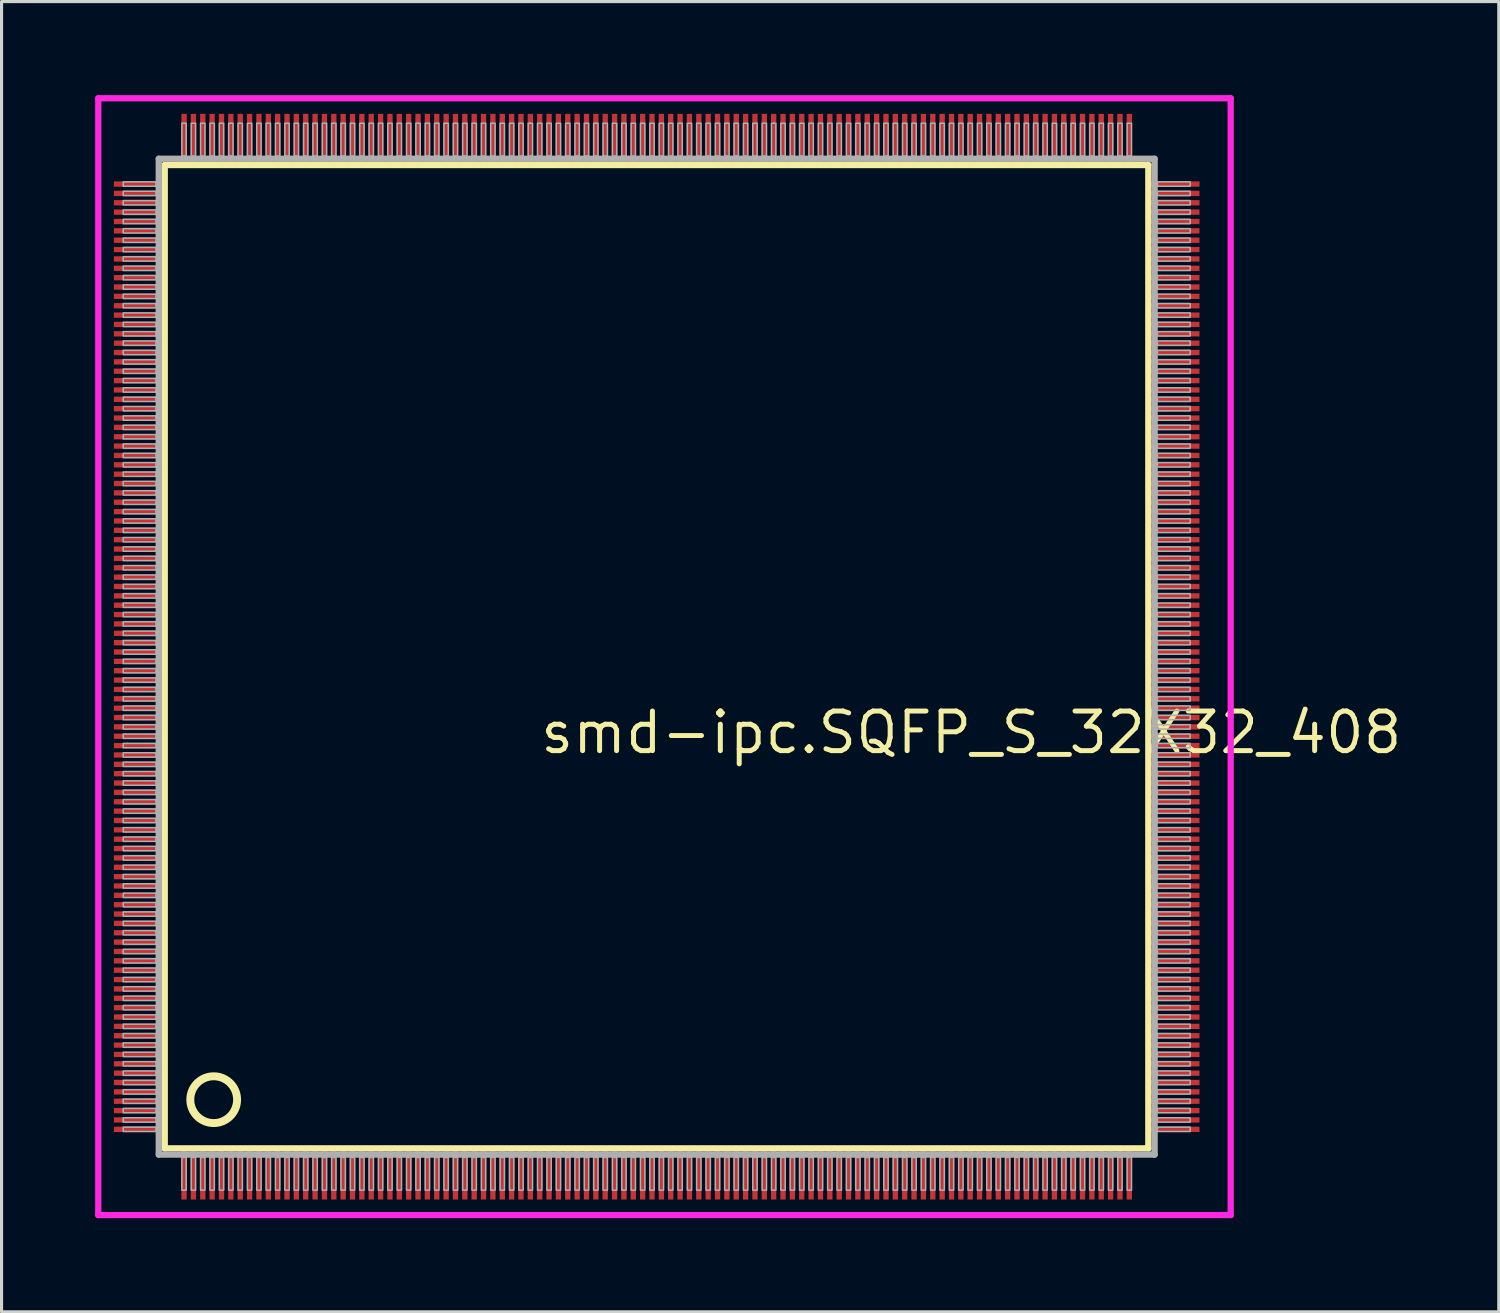
<source format=kicad_pcb>
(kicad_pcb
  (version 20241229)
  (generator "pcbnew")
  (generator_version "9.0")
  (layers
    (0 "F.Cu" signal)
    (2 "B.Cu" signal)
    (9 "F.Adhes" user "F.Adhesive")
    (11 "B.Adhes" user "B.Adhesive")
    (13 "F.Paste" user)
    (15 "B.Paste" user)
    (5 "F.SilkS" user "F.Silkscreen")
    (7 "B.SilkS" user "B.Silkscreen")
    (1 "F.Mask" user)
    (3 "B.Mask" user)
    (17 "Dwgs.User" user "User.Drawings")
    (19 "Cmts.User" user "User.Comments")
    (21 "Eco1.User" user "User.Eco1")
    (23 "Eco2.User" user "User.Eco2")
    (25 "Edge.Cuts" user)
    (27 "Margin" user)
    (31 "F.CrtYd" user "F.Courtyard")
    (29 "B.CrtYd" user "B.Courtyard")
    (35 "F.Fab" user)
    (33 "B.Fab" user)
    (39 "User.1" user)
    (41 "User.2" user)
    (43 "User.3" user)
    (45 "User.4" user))
  (footprint "smd-ipc.SQFP_S_32X32_408"
    (layer "F.Cu")
    (at 18 18)
    (property "Reference" "smd-ipc.SQFP_S_32X32_408" (at -3.81 3.175 0) (layer "F.SilkS") (effects (font (size 1.27 1.27) (thickness 0.16)) (justify left bottom)))
    (attr smd)
    (fp_line (start -15.77 -15.76) (end 15.76 -15.76) (stroke (width 0.203) (type default)) (layer "F.SilkS"))
    (fp_line (start -15.77 15.76) (end -15.77 -15.76) (stroke (width 0.203) (type default)) (layer "F.SilkS"))
    (fp_line (start 15.76 15.76) (end -15.77 15.76) (stroke (width 0.203) (type default)) (layer "F.SilkS"))
    (fp_line (start 15.76 -15.76) (end 15.76 15.76) (stroke (width 0.203) (type default)) (layer "F.SilkS"))
    (fp_circle (center -14.2 14.2) (end -13.45 14.2) (stroke (width 0.254) (type default)) (fill no) (layer "F.SilkS"))
    (fp_line (start -17.9 -17.9) (end 18.4 -17.9) (stroke (width 0.2) (type default)) (layer "F.CrtYd"))
    (fp_line (start -17.9 17.9) (end -17.9 -17.9) (stroke (width 0.2) (type default)) (layer "F.CrtYd"))
    (fp_line (start 18.4 -17.9) (end 18.4 17.9) (stroke (width 0.2) (type default)) (layer "F.CrtYd"))
    (fp_line (start 18.4 17.9) (end -17.9 17.9) (stroke (width 0.2) (type default)) (layer "F.CrtYd"))
    (fp_line (start -15.96 -15.96) (end -15.96 15.96) (stroke (width 0.203) (type default)) (layer "F.Fab"))
    (fp_line (start -15.96 15.96) (end 15.96 15.96) (stroke (width 0.203) (type default)) (layer "F.Fab"))
    (fp_line (start 15.96 -15.96) (end -15.96 -15.96) (stroke (width 0.203) (type default)) (layer "F.Fab"))
    (fp_line (start 15.96 15.96) (end 15.96 -15.96) (stroke (width 0.203) (type default)) (layer "F.Fab"))
    (fp_rect (start -17.1 -15.08) (end -16.05 -15.22) (stroke (width 0.05) (type default)) (fill no) (layer "F.Fab"))
    (fp_rect (start -17.1 -14.78) (end -16.05 -14.92) (stroke (width 0.05) (type default)) (fill no) (layer "F.Fab"))
    (fp_rect (start -17.1 -14.48) (end -16.05 -14.62) (stroke (width 0.05) (type default)) (fill no) (layer "F.Fab"))
    (fp_rect (start -17.1 -14.18) (end -16.05 -14.32) (stroke (width 0.05) (type default)) (fill no) (layer "F.Fab"))
    (fp_rect (start -17.1 -13.88) (end -16.05 -14.02) (stroke (width 0.05) (type default)) (fill no) (layer "F.Fab"))
    (fp_rect (start -17.1 -13.58) (end -16.05 -13.72) (stroke (width 0.05) (type default)) (fill no) (layer "F.Fab"))
    (fp_rect (start -17.1 -13.28) (end -16.05 -13.42) (stroke (width 0.05) (type default)) (fill no) (layer "F.Fab"))
    (fp_rect (start -17.1 -12.98) (end -16.05 -13.12) (stroke (width 0.05) (type default)) (fill no) (layer "F.Fab"))
    (fp_rect (start -17.1 -12.68) (end -16.05 -12.82) (stroke (width 0.05) (type default)) (fill no) (layer "F.Fab"))
    (fp_rect (start -17.1 -12.38) (end -16.05 -12.52) (stroke (width 0.05) (type default)) (fill no) (layer "F.Fab"))
    (fp_rect (start -17.1 -12.08) (end -16.05 -12.22) (stroke (width 0.05) (type default)) (fill no) (layer "F.Fab"))
    (fp_rect (start -17.1 -11.78) (end -16.05 -11.92) (stroke (width 0.05) (type default)) (fill no) (layer "F.Fab"))
    (fp_rect (start -17.1 -11.48) (end -16.05 -11.62) (stroke (width 0.05) (type default)) (fill no) (layer "F.Fab"))
    (fp_rect (start -17.1 -11.18) (end -16.05 -11.32) (stroke (width 0.05) (type default)) (fill no) (layer "F.Fab"))
    (fp_rect (start -17.1 -10.88) (end -16.05 -11.02) (stroke (width 0.05) (type default)) (fill no) (layer "F.Fab"))
    (fp_rect (start -17.1 -10.58) (end -16.05 -10.72) (stroke (width 0.05) (type default)) (fill no) (layer "F.Fab"))
    (fp_rect (start -17.1 -10.28) (end -16.05 -10.42) (stroke (width 0.05) (type default)) (fill no) (layer "F.Fab"))
    (fp_rect (start -17.1 -9.98) (end -16.05 -10.12) (stroke (width 0.05) (type default)) (fill no) (layer "F.Fab"))
    (fp_rect (start -17.1 -9.68) (end -16.05 -9.82) (stroke (width 0.05) (type default)) (fill no) (layer "F.Fab"))
    (fp_rect (start -17.1 -9.38) (end -16.05 -9.52) (stroke (width 0.05) (type default)) (fill no) (layer "F.Fab"))
    (fp_rect (start -17.1 -9.08) (end -16.05 -9.22) (stroke (width 0.05) (type default)) (fill no) (layer "F.Fab"))
    (fp_rect (start -17.1 -8.78) (end -16.05 -8.92) (stroke (width 0.05) (type default)) (fill no) (layer "F.Fab"))
    (fp_rect (start -17.1 -8.48) (end -16.05 -8.62) (stroke (width 0.05) (type default)) (fill no) (layer "F.Fab"))
    (fp_rect (start -17.1 -8.18) (end -16.05 -8.32) (stroke (width 0.05) (type default)) (fill no) (layer "F.Fab"))
    (fp_rect (start -17.1 -7.88) (end -16.05 -8.02) (stroke (width 0.05) (type default)) (fill no) (layer "F.Fab"))
    (fp_rect (start -17.1 -7.58) (end -16.05 -7.72) (stroke (width 0.05) (type default)) (fill no) (layer "F.Fab"))
    (fp_rect (start -17.1 -7.28) (end -16.05 -7.42) (stroke (width 0.05) (type default)) (fill no) (layer "F.Fab"))
    (fp_rect (start -17.1 -6.98) (end -16.05 -7.12) (stroke (width 0.05) (type default)) (fill no) (layer "F.Fab"))
    (fp_rect (start -17.1 -6.68) (end -16.05 -6.82) (stroke (width 0.05) (type default)) (fill no) (layer "F.Fab"))
    (fp_rect (start -17.1 -6.38) (end -16.05 -6.52) (stroke (width 0.05) (type default)) (fill no) (layer "F.Fab"))
    (fp_rect (start -17.1 -6.08) (end -16.05 -6.22) (stroke (width 0.05) (type default)) (fill no) (layer "F.Fab"))
    (fp_rect (start -17.1 -5.78) (end -16.05 -5.92) (stroke (width 0.05) (type default)) (fill no) (layer "F.Fab"))
    (fp_rect (start -17.1 -5.48) (end -16.05 -5.62) (stroke (width 0.05) (type default)) (fill no) (layer "F.Fab"))
    (fp_rect (start -17.1 -5.18) (end -16.05 -5.32) (stroke (width 0.05) (type default)) (fill no) (layer "F.Fab"))
    (fp_rect (start -17.1 -4.88) (end -16.05 -5.02) (stroke (width 0.05) (type default)) (fill no) (layer "F.Fab"))
    (fp_rect (start -17.1 -4.58) (end -16.05 -4.72) (stroke (width 0.05) (type default)) (fill no) (layer "F.Fab"))
    (fp_rect (start -17.1 -4.28) (end -16.05 -4.42) (stroke (width 0.05) (type default)) (fill no) (layer "F.Fab"))
    (fp_rect (start -17.1 -3.98) (end -16.05 -4.12) (stroke (width 0.05) (type default)) (fill no) (layer "F.Fab"))
    (fp_rect (start -17.1 -3.68) (end -16.05 -3.82) (stroke (width 0.05) (type default)) (fill no) (layer "F.Fab"))
    (fp_rect (start -17.1 -3.38) (end -16.05 -3.52) (stroke (width 0.05) (type default)) (fill no) (layer "F.Fab"))
    (fp_rect (start -17.1 -3.08) (end -16.05 -3.22) (stroke (width 0.05) (type default)) (fill no) (layer "F.Fab"))
    (fp_rect (start -17.1 -2.78) (end -16.05 -2.92) (stroke (width 0.05) (type default)) (fill no) (layer "F.Fab"))
    (fp_rect (start -17.1 -2.48) (end -16.05 -2.62) (stroke (width 0.05) (type default)) (fill no) (layer "F.Fab"))
    (fp_rect (start -17.1 -2.18) (end -16.05 -2.32) (stroke (width 0.05) (type default)) (fill no) (layer "F.Fab"))
    (fp_rect (start -17.1 -1.88) (end -16.05 -2.02) (stroke (width 0.05) (type default)) (fill no) (layer "F.Fab"))
    (fp_rect (start -17.1 -1.58) (end -16.05 -1.72) (stroke (width 0.05) (type default)) (fill no) (layer "F.Fab"))
    (fp_rect (start -17.1 -1.28) (end -16.05 -1.42) (stroke (width 0.05) (type default)) (fill no) (layer "F.Fab"))
    (fp_rect (start -17.1 -0.98) (end -16.05 -1.12) (stroke (width 0.05) (type default)) (fill no) (layer "F.Fab"))
    (fp_rect (start -17.1 -0.68) (end -16.05 -0.82) (stroke (width 0.05) (type default)) (fill no) (layer "F.Fab"))
    (fp_rect (start -17.1 -0.38) (end -16.05 -0.52) (stroke (width 0.05) (type default)) (fill no) (layer "F.Fab"))
    (fp_rect (start -17.1 -0.08) (end -16.05 -0.22) (stroke (width 0.05) (type default)) (fill no) (layer "F.Fab"))
    (fp_rect (start -17.1 0.22) (end -16.05 0.08) (stroke (width 0.05) (type default)) (fill no) (layer "F.Fab"))
    (fp_rect (start -17.1 0.52) (end -16.05 0.38) (stroke (width 0.05) (type default)) (fill no) (layer "F.Fab"))
    (fp_rect (start -17.1 0.82) (end -16.05 0.68) (stroke (width 0.05) (type default)) (fill no) (layer "F.Fab"))
    (fp_rect (start -17.1 1.12) (end -16.05 0.98) (stroke (width 0.05) (type default)) (fill no) (layer "F.Fab"))
    (fp_rect (start -17.1 1.42) (end -16.05 1.28) (stroke (width 0.05) (type default)) (fill no) (layer "F.Fab"))
    (fp_rect (start -17.1 1.72) (end -16.05 1.58) (stroke (width 0.05) (type default)) (fill no) (layer "F.Fab"))
    (fp_rect (start -17.1 2.02) (end -16.05 1.88) (stroke (width 0.05) (type default)) (fill no) (layer "F.Fab"))
    (fp_rect (start -17.1 2.32) (end -16.05 2.18) (stroke (width 0.05) (type default)) (fill no) (layer "F.Fab"))
    (fp_rect (start -17.1 2.62) (end -16.05 2.48) (stroke (width 0.05) (type default)) (fill no) (layer "F.Fab"))
    (fp_rect (start -17.1 2.92) (end -16.05 2.78) (stroke (width 0.05) (type default)) (fill no) (layer "F.Fab"))
    (fp_rect (start -17.1 3.22) (end -16.05 3.08) (stroke (width 0.05) (type default)) (fill no) (layer "F.Fab"))
    (fp_rect (start -17.1 3.52) (end -16.05 3.38) (stroke (width 0.05) (type default)) (fill no) (layer "F.Fab"))
    (fp_rect (start -17.1 3.82) (end -16.05 3.68) (stroke (width 0.05) (type default)) (fill no) (layer "F.Fab"))
    (fp_rect (start -17.1 4.12) (end -16.05 3.98) (stroke (width 0.05) (type default)) (fill no) (layer "F.Fab"))
    (fp_rect (start -17.1 4.42) (end -16.05 4.28) (stroke (width 0.05) (type default)) (fill no) (layer "F.Fab"))
    (fp_rect (start -17.1 4.72) (end -16.05 4.58) (stroke (width 0.05) (type default)) (fill no) (layer "F.Fab"))
    (fp_rect (start -17.1 5.02) (end -16.05 4.88) (stroke (width 0.05) (type default)) (fill no) (layer "F.Fab"))
    (fp_rect (start -17.1 5.32) (end -16.05 5.18) (stroke (width 0.05) (type default)) (fill no) (layer "F.Fab"))
    (fp_rect (start -17.1 5.62) (end -16.05 5.48) (stroke (width 0.05) (type default)) (fill no) (layer "F.Fab"))
    (fp_rect (start -17.1 5.92) (end -16.05 5.78) (stroke (width 0.05) (type default)) (fill no) (layer "F.Fab"))
    (fp_rect (start -17.1 6.22) (end -16.05 6.08) (stroke (width 0.05) (type default)) (fill no) (layer "F.Fab"))
    (fp_rect (start -17.1 6.52) (end -16.05 6.38) (stroke (width 0.05) (type default)) (fill no) (layer "F.Fab"))
    (fp_rect (start -17.1 6.82) (end -16.05 6.68) (stroke (width 0.05) (type default)) (fill no) (layer "F.Fab"))
    (fp_rect (start -17.1 7.12) (end -16.05 6.98) (stroke (width 0.05) (type default)) (fill no) (layer "F.Fab"))
    (fp_rect (start -17.1 7.42) (end -16.05 7.28) (stroke (width 0.05) (type default)) (fill no) (layer "F.Fab"))
    (fp_rect (start -17.1 7.72) (end -16.05 7.58) (stroke (width 0.05) (type default)) (fill no) (layer "F.Fab"))
    (fp_rect (start -17.1 8.02) (end -16.05 7.88) (stroke (width 0.05) (type default)) (fill no) (layer "F.Fab"))
    (fp_rect (start -17.1 8.32) (end -16.05 8.18) (stroke (width 0.05) (type default)) (fill no) (layer "F.Fab"))
    (fp_rect (start -17.1 8.62) (end -16.05 8.48) (stroke (width 0.05) (type default)) (fill no) (layer "F.Fab"))
    (fp_rect (start -17.1 8.92) (end -16.05 8.78) (stroke (width 0.05) (type default)) (fill no) (layer "F.Fab"))
    (fp_rect (start -17.1 9.22) (end -16.05 9.08) (stroke (width 0.05) (type default)) (fill no) (layer "F.Fab"))
    (fp_rect (start -17.1 9.52) (end -16.05 9.38) (stroke (width 0.05) (type default)) (fill no) (layer "F.Fab"))
    (fp_rect (start -17.1 9.82) (end -16.05 9.68) (stroke (width 0.05) (type default)) (fill no) (layer "F.Fab"))
    (fp_rect (start -17.1 10.12) (end -16.05 9.98) (stroke (width 0.05) (type default)) (fill no) (layer "F.Fab"))
    (fp_rect (start -17.1 10.42) (end -16.05 10.28) (stroke (width 0.05) (type default)) (fill no) (layer "F.Fab"))
    (fp_rect (start -17.1 10.72) (end -16.05 10.58) (stroke (width 0.05) (type default)) (fill no) (layer "F.Fab"))
    (fp_rect (start -17.1 11.02) (end -16.05 10.88) (stroke (width 0.05) (type default)) (fill no) (layer "F.Fab"))
    (fp_rect (start -17.1 11.32) (end -16.05 11.18) (stroke (width 0.05) (type default)) (fill no) (layer "F.Fab"))
    (fp_rect (start -17.1 11.62) (end -16.05 11.48) (stroke (width 0.05) (type default)) (fill no) (layer "F.Fab"))
    (fp_rect (start -17.1 11.92) (end -16.05 11.78) (stroke (width 0.05) (type default)) (fill no) (layer "F.Fab"))
    (fp_rect (start -17.1 12.22) (end -16.05 12.08) (stroke (width 0.05) (type default)) (fill no) (layer "F.Fab"))
    (fp_rect (start -17.1 12.52) (end -16.05 12.38) (stroke (width 0.05) (type default)) (fill no) (layer "F.Fab"))
    (fp_rect (start -17.1 12.82) (end -16.05 12.68) (stroke (width 0.05) (type default)) (fill no) (layer "F.Fab"))
    (fp_rect (start -17.1 13.12) (end -16.05 12.98) (stroke (width 0.05) (type default)) (fill no) (layer "F.Fab"))
    (fp_rect (start -17.1 13.42) (end -16.05 13.28) (stroke (width 0.05) (type default)) (fill no) (layer "F.Fab"))
    (fp_rect (start -17.1 13.72) (end -16.05 13.58) (stroke (width 0.05) (type default)) (fill no) (layer "F.Fab"))
    (fp_rect (start -17.1 14.02) (end -16.05 13.88) (stroke (width 0.05) (type default)) (fill no) (layer "F.Fab"))
    (fp_rect (start -17.1 14.32) (end -16.05 14.18) (stroke (width 0.05) (type default)) (fill no) (layer "F.Fab"))
    (fp_rect (start -17.1 14.62) (end -16.05 14.48) (stroke (width 0.05) (type default)) (fill no) (layer "F.Fab"))
    (fp_rect (start -17.1 14.92) (end -16.05 14.78) (stroke (width 0.05) (type default)) (fill no) (layer "F.Fab"))
    (fp_rect (start -17.1 15.22) (end -16.05 15.08) (stroke (width 0.05) (type default)) (fill no) (layer "F.Fab"))
    (fp_rect (start -15.22 -16.05) (end -15.08 -17.1) (stroke (width 0.05) (type default)) (fill no) (layer "F.Fab"))
    (fp_rect (start -15.22 17.1) (end -15.08 16.05) (stroke (width 0.05) (type default)) (fill no) (layer "F.Fab"))
    (fp_rect (start -14.92 -16.05) (end -14.78 -17.1) (stroke (width 0.05) (type default)) (fill no) (layer "F.Fab"))
    (fp_rect (start -14.92 17.1) (end -14.78 16.05) (stroke (width 0.05) (type default)) (fill no) (layer "F.Fab"))
    (fp_rect (start -14.62 -16.05) (end -14.48 -17.1) (stroke (width 0.05) (type default)) (fill no) (layer "F.Fab"))
    (fp_rect (start -14.62 17.1) (end -14.48 16.05) (stroke (width 0.05) (type default)) (fill no) (layer "F.Fab"))
    (fp_rect (start -14.32 -16.05) (end -14.18 -17.1) (stroke (width 0.05) (type default)) (fill no) (layer "F.Fab"))
    (fp_rect (start -14.32 17.1) (end -14.18 16.05) (stroke (width 0.05) (type default)) (fill no) (layer "F.Fab"))
    (fp_rect (start -14.02 -16.05) (end -13.88 -17.1) (stroke (width 0.05) (type default)) (fill no) (layer "F.Fab"))
    (fp_rect (start -14.02 17.1) (end -13.88 16.05) (stroke (width 0.05) (type default)) (fill no) (layer "F.Fab"))
    (fp_rect (start -13.72 -16.05) (end -13.58 -17.1) (stroke (width 0.05) (type default)) (fill no) (layer "F.Fab"))
    (fp_rect (start -13.72 17.1) (end -13.58 16.05) (stroke (width 0.05) (type default)) (fill no) (layer "F.Fab"))
    (fp_rect (start -13.42 -16.05) (end -13.28 -17.1) (stroke (width 0.05) (type default)) (fill no) (layer "F.Fab"))
    (fp_rect (start -13.42 17.1) (end -13.28 16.05) (stroke (width 0.05) (type default)) (fill no) (layer "F.Fab"))
    (fp_rect (start -13.12 -16.05) (end -12.98 -17.1) (stroke (width 0.05) (type default)) (fill no) (layer "F.Fab"))
    (fp_rect (start -13.12 17.1) (end -12.98 16.05) (stroke (width 0.05) (type default)) (fill no) (layer "F.Fab"))
    (fp_rect (start -12.82 -16.05) (end -12.68 -17.1) (stroke (width 0.05) (type default)) (fill no) (layer "F.Fab"))
    (fp_rect (start -12.82 17.1) (end -12.68 16.05) (stroke (width 0.05) (type default)) (fill no) (layer "F.Fab"))
    (fp_rect (start -12.52 -16.05) (end -12.38 -17.1) (stroke (width 0.05) (type default)) (fill no) (layer "F.Fab"))
    (fp_rect (start -12.52 17.1) (end -12.38 16.05) (stroke (width 0.05) (type default)) (fill no) (layer "F.Fab"))
    (fp_rect (start -12.22 -16.05) (end -12.08 -17.1) (stroke (width 0.05) (type default)) (fill no) (layer "F.Fab"))
    (fp_rect (start -12.22 17.1) (end -12.08 16.05) (stroke (width 0.05) (type default)) (fill no) (layer "F.Fab"))
    (fp_rect (start -11.92 -16.05) (end -11.78 -17.1) (stroke (width 0.05) (type default)) (fill no) (layer "F.Fab"))
    (fp_rect (start -11.92 17.1) (end -11.78 16.05) (stroke (width 0.05) (type default)) (fill no) (layer "F.Fab"))
    (fp_rect (start -11.62 -16.05) (end -11.48 -17.1) (stroke (width 0.05) (type default)) (fill no) (layer "F.Fab"))
    (fp_rect (start -11.62 17.1) (end -11.48 16.05) (stroke (width 0.05) (type default)) (fill no) (layer "F.Fab"))
    (fp_rect (start -11.32 -16.05) (end -11.18 -17.1) (stroke (width 0.05) (type default)) (fill no) (layer "F.Fab"))
    (fp_rect (start -11.32 17.1) (end -11.18 16.05) (stroke (width 0.05) (type default)) (fill no) (layer "F.Fab"))
    (fp_rect (start -11.02 -16.05) (end -10.88 -17.1) (stroke (width 0.05) (type default)) (fill no) (layer "F.Fab"))
    (fp_rect (start -11.02 17.1) (end -10.88 16.05) (stroke (width 0.05) (type default)) (fill no) (layer "F.Fab"))
    (fp_rect (start -10.72 -16.05) (end -10.58 -17.1) (stroke (width 0.05) (type default)) (fill no) (layer "F.Fab"))
    (fp_rect (start -10.72 17.1) (end -10.58 16.05) (stroke (width 0.05) (type default)) (fill no) (layer "F.Fab"))
    (fp_rect (start -10.42 -16.05) (end -10.28 -17.1) (stroke (width 0.05) (type default)) (fill no) (layer "F.Fab"))
    (fp_rect (start -10.42 17.1) (end -10.28 16.05) (stroke (width 0.05) (type default)) (fill no) (layer "F.Fab"))
    (fp_rect (start -10.12 -16.05) (end -9.98 -17.1) (stroke (width 0.05) (type default)) (fill no) (layer "F.Fab"))
    (fp_rect (start -10.12 17.1) (end -9.98 16.05) (stroke (width 0.05) (type default)) (fill no) (layer "F.Fab"))
    (fp_rect (start -9.82 -16.05) (end -9.68 -17.1) (stroke (width 0.05) (type default)) (fill no) (layer "F.Fab"))
    (fp_rect (start -9.82 17.1) (end -9.68 16.05) (stroke (width 0.05) (type default)) (fill no) (layer "F.Fab"))
    (fp_rect (start -9.52 -16.05) (end -9.38 -17.1) (stroke (width 0.05) (type default)) (fill no) (layer "F.Fab"))
    (fp_rect (start -9.52 17.1) (end -9.38 16.05) (stroke (width 0.05) (type default)) (fill no) (layer "F.Fab"))
    (fp_rect (start -9.22 -16.05) (end -9.08 -17.1) (stroke (width 0.05) (type default)) (fill no) (layer "F.Fab"))
    (fp_rect (start -9.22 17.1) (end -9.08 16.05) (stroke (width 0.05) (type default)) (fill no) (layer "F.Fab"))
    (fp_rect (start -8.92 -16.05) (end -8.78 -17.1) (stroke (width 0.05) (type default)) (fill no) (layer "F.Fab"))
    (fp_rect (start -8.92 17.1) (end -8.78 16.05) (stroke (width 0.05) (type default)) (fill no) (layer "F.Fab"))
    (fp_rect (start -8.62 -16.05) (end -8.48 -17.1) (stroke (width 0.05) (type default)) (fill no) (layer "F.Fab"))
    (fp_rect (start -8.62 17.1) (end -8.48 16.05) (stroke (width 0.05) (type default)) (fill no) (layer "F.Fab"))
    (fp_rect (start -8.32 -16.05) (end -8.18 -17.1) (stroke (width 0.05) (type default)) (fill no) (layer "F.Fab"))
    (fp_rect (start -8.32 17.1) (end -8.18 16.05) (stroke (width 0.05) (type default)) (fill no) (layer "F.Fab"))
    (fp_rect (start -8.02 -16.05) (end -7.88 -17.1) (stroke (width 0.05) (type default)) (fill no) (layer "F.Fab"))
    (fp_rect (start -8.02 17.1) (end -7.88 16.05) (stroke (width 0.05) (type default)) (fill no) (layer "F.Fab"))
    (fp_rect (start -7.72 -16.05) (end -7.58 -17.1) (stroke (width 0.05) (type default)) (fill no) (layer "F.Fab"))
    (fp_rect (start -7.72 17.1) (end -7.58 16.05) (stroke (width 0.05) (type default)) (fill no) (layer "F.Fab"))
    (fp_rect (start -7.42 -16.05) (end -7.28 -17.1) (stroke (width 0.05) (type default)) (fill no) (layer "F.Fab"))
    (fp_rect (start -7.42 17.1) (end -7.28 16.05) (stroke (width 0.05) (type default)) (fill no) (layer "F.Fab"))
    (fp_rect (start -7.12 -16.05) (end -6.98 -17.1) (stroke (width 0.05) (type default)) (fill no) (layer "F.Fab"))
    (fp_rect (start -7.12 17.1) (end -6.98 16.05) (stroke (width 0.05) (type default)) (fill no) (layer "F.Fab"))
    (fp_rect (start -6.82 -16.05) (end -6.68 -17.1) (stroke (width 0.05) (type default)) (fill no) (layer "F.Fab"))
    (fp_rect (start -6.82 17.1) (end -6.68 16.05) (stroke (width 0.05) (type default)) (fill no) (layer "F.Fab"))
    (fp_rect (start -6.52 -16.05) (end -6.38 -17.1) (stroke (width 0.05) (type default)) (fill no) (layer "F.Fab"))
    (fp_rect (start -6.52 17.1) (end -6.38 16.05) (stroke (width 0.05) (type default)) (fill no) (layer "F.Fab"))
    (fp_rect (start -6.22 -16.05) (end -6.08 -17.1) (stroke (width 0.05) (type default)) (fill no) (layer "F.Fab"))
    (fp_rect (start -6.22 17.1) (end -6.08 16.05) (stroke (width 0.05) (type default)) (fill no) (layer "F.Fab"))
    (fp_rect (start -5.92 -16.05) (end -5.78 -17.1) (stroke (width 0.05) (type default)) (fill no) (layer "F.Fab"))
    (fp_rect (start -5.92 17.1) (end -5.78 16.05) (stroke (width 0.05) (type default)) (fill no) (layer "F.Fab"))
    (fp_rect (start -5.62 -16.05) (end -5.48 -17.1) (stroke (width 0.05) (type default)) (fill no) (layer "F.Fab"))
    (fp_rect (start -5.62 17.1) (end -5.48 16.05) (stroke (width 0.05) (type default)) (fill no) (layer "F.Fab"))
    (fp_rect (start -5.32 -16.05) (end -5.18 -17.1) (stroke (width 0.05) (type default)) (fill no) (layer "F.Fab"))
    (fp_rect (start -5.32 17.1) (end -5.18 16.05) (stroke (width 0.05) (type default)) (fill no) (layer "F.Fab"))
    (fp_rect (start -5.02 -16.05) (end -4.88 -17.1) (stroke (width 0.05) (type default)) (fill no) (layer "F.Fab"))
    (fp_rect (start -5.02 17.1) (end -4.88 16.05) (stroke (width 0.05) (type default)) (fill no) (layer "F.Fab"))
    (fp_rect (start -4.72 -16.05) (end -4.58 -17.1) (stroke (width 0.05) (type default)) (fill no) (layer "F.Fab"))
    (fp_rect (start -4.72 17.1) (end -4.58 16.05) (stroke (width 0.05) (type default)) (fill no) (layer "F.Fab"))
    (fp_rect (start -4.42 -16.05) (end -4.28 -17.1) (stroke (width 0.05) (type default)) (fill no) (layer "F.Fab"))
    (fp_rect (start -4.42 17.1) (end -4.28 16.05) (stroke (width 0.05) (type default)) (fill no) (layer "F.Fab"))
    (fp_rect (start -4.12 -16.05) (end -3.98 -17.1) (stroke (width 0.05) (type default)) (fill no) (layer "F.Fab"))
    (fp_rect (start -4.12 17.1) (end -3.98 16.05) (stroke (width 0.05) (type default)) (fill no) (layer "F.Fab"))
    (fp_rect (start -3.82 -16.05) (end -3.68 -17.1) (stroke (width 0.05) (type default)) (fill no) (layer "F.Fab"))
    (fp_rect (start -3.82 17.1) (end -3.68 16.05) (stroke (width 0.05) (type default)) (fill no) (layer "F.Fab"))
    (fp_rect (start -3.52 -16.05) (end -3.38 -17.1) (stroke (width 0.05) (type default)) (fill no) (layer "F.Fab"))
    (fp_rect (start -3.52 17.1) (end -3.38 16.05) (stroke (width 0.05) (type default)) (fill no) (layer "F.Fab"))
    (fp_rect (start -3.22 -16.05) (end -3.08 -17.1) (stroke (width 0.05) (type default)) (fill no) (layer "F.Fab"))
    (fp_rect (start -3.22 17.1) (end -3.08 16.05) (stroke (width 0.05) (type default)) (fill no) (layer "F.Fab"))
    (fp_rect (start -2.92 -16.05) (end -2.78 -17.1) (stroke (width 0.05) (type default)) (fill no) (layer "F.Fab"))
    (fp_rect (start -2.92 17.1) (end -2.78 16.05) (stroke (width 0.05) (type default)) (fill no) (layer "F.Fab"))
    (fp_rect (start -2.62 -16.05) (end -2.48 -17.1) (stroke (width 0.05) (type default)) (fill no) (layer "F.Fab"))
    (fp_rect (start -2.62 17.1) (end -2.48 16.05) (stroke (width 0.05) (type default)) (fill no) (layer "F.Fab"))
    (fp_rect (start -2.32 -16.05) (end -2.18 -17.1) (stroke (width 0.05) (type default)) (fill no) (layer "F.Fab"))
    (fp_rect (start -2.32 17.1) (end -2.18 16.05) (stroke (width 0.05) (type default)) (fill no) (layer "F.Fab"))
    (fp_rect (start -2.02 -16.05) (end -1.88 -17.1) (stroke (width 0.05) (type default)) (fill no) (layer "F.Fab"))
    (fp_rect (start -2.02 17.1) (end -1.88 16.05) (stroke (width 0.05) (type default)) (fill no) (layer "F.Fab"))
    (fp_rect (start -1.72 -16.05) (end -1.58 -17.1) (stroke (width 0.05) (type default)) (fill no) (layer "F.Fab"))
    (fp_rect (start -1.72 17.1) (end -1.58 16.05) (stroke (width 0.05) (type default)) (fill no) (layer "F.Fab"))
    (fp_rect (start -1.42 -16.05) (end -1.28 -17.1) (stroke (width 0.05) (type default)) (fill no) (layer "F.Fab"))
    (fp_rect (start -1.42 17.1) (end -1.28 16.05) (stroke (width 0.05) (type default)) (fill no) (layer "F.Fab"))
    (fp_rect (start -1.12 -16.05) (end -0.98 -17.1) (stroke (width 0.05) (type default)) (fill no) (layer "F.Fab"))
    (fp_rect (start -1.12 17.1) (end -0.98 16.05) (stroke (width 0.05) (type default)) (fill no) (layer "F.Fab"))
    (fp_rect (start -0.82 -16.05) (end -0.68 -17.1) (stroke (width 0.05) (type default)) (fill no) (layer "F.Fab"))
    (fp_rect (start -0.82 17.1) (end -0.68 16.05) (stroke (width 0.05) (type default)) (fill no) (layer "F.Fab"))
    (fp_rect (start -0.52 -16.05) (end -0.38 -17.1) (stroke (width 0.05) (type default)) (fill no) (layer "F.Fab"))
    (fp_rect (start -0.52 17.1) (end -0.38 16.05) (stroke (width 0.05) (type default)) (fill no) (layer "F.Fab"))
    (fp_rect (start -0.22 -16.05) (end -0.08 -17.1) (stroke (width 0.05) (type default)) (fill no) (layer "F.Fab"))
    (fp_rect (start -0.22 17.1) (end -0.08 16.05) (stroke (width 0.05) (type default)) (fill no) (layer "F.Fab"))
    (fp_rect (start 0.08 -16.05) (end 0.22 -17.1) (stroke (width 0.05) (type default)) (fill no) (layer "F.Fab"))
    (fp_rect (start 0.08 17.1) (end 0.22 16.05) (stroke (width 0.05) (type default)) (fill no) (layer "F.Fab"))
    (fp_rect (start 0.38 -16.05) (end 0.52 -17.1) (stroke (width 0.05) (type default)) (fill no) (layer "F.Fab"))
    (fp_rect (start 0.38 17.1) (end 0.52 16.05) (stroke (width 0.05) (type default)) (fill no) (layer "F.Fab"))
    (fp_rect (start 0.68 -16.05) (end 0.82 -17.1) (stroke (width 0.05) (type default)) (fill no) (layer "F.Fab"))
    (fp_rect (start 0.68 17.1) (end 0.82 16.05) (stroke (width 0.05) (type default)) (fill no) (layer "F.Fab"))
    (fp_rect (start 0.98 -16.05) (end 1.12 -17.1) (stroke (width 0.05) (type default)) (fill no) (layer "F.Fab"))
    (fp_rect (start 0.98 17.1) (end 1.12 16.05) (stroke (width 0.05) (type default)) (fill no) (layer "F.Fab"))
    (fp_rect (start 1.28 -16.05) (end 1.42 -17.1) (stroke (width 0.05) (type default)) (fill no) (layer "F.Fab"))
    (fp_rect (start 1.28 17.1) (end 1.42 16.05) (stroke (width 0.05) (type default)) (fill no) (layer "F.Fab"))
    (fp_rect (start 1.58 -16.05) (end 1.72 -17.1) (stroke (width 0.05) (type default)) (fill no) (layer "F.Fab"))
    (fp_rect (start 1.58 17.1) (end 1.72 16.05) (stroke (width 0.05) (type default)) (fill no) (layer "F.Fab"))
    (fp_rect (start 1.88 -16.05) (end 2.02 -17.1) (stroke (width 0.05) (type default)) (fill no) (layer "F.Fab"))
    (fp_rect (start 1.88 17.1) (end 2.02 16.05) (stroke (width 0.05) (type default)) (fill no) (layer "F.Fab"))
    (fp_rect (start 2.18 -16.05) (end 2.32 -17.1) (stroke (width 0.05) (type default)) (fill no) (layer "F.Fab"))
    (fp_rect (start 2.18 17.1) (end 2.32 16.05) (stroke (width 0.05) (type default)) (fill no) (layer "F.Fab"))
    (fp_rect (start 2.48 -16.05) (end 2.62 -17.1) (stroke (width 0.05) (type default)) (fill no) (layer "F.Fab"))
    (fp_rect (start 2.48 17.1) (end 2.62 16.05) (stroke (width 0.05) (type default)) (fill no) (layer "F.Fab"))
    (fp_rect (start 2.78 -16.05) (end 2.92 -17.1) (stroke (width 0.05) (type default)) (fill no) (layer "F.Fab"))
    (fp_rect (start 2.78 17.1) (end 2.92 16.05) (stroke (width 0.05) (type default)) (fill no) (layer "F.Fab"))
    (fp_rect (start 3.08 -16.05) (end 3.22 -17.1) (stroke (width 0.05) (type default)) (fill no) (layer "F.Fab"))
    (fp_rect (start 3.08 17.1) (end 3.22 16.05) (stroke (width 0.05) (type default)) (fill no) (layer "F.Fab"))
    (fp_rect (start 3.38 -16.05) (end 3.52 -17.1) (stroke (width 0.05) (type default)) (fill no) (layer "F.Fab"))
    (fp_rect (start 3.38 17.1) (end 3.52 16.05) (stroke (width 0.05) (type default)) (fill no) (layer "F.Fab"))
    (fp_rect (start 3.68 -16.05) (end 3.82 -17.1) (stroke (width 0.05) (type default)) (fill no) (layer "F.Fab"))
    (fp_rect (start 3.68 17.1) (end 3.82 16.05) (stroke (width 0.05) (type default)) (fill no) (layer "F.Fab"))
    (fp_rect (start 3.98 -16.05) (end 4.12 -17.1) (stroke (width 0.05) (type default)) (fill no) (layer "F.Fab"))
    (fp_rect (start 3.98 17.1) (end 4.12 16.05) (stroke (width 0.05) (type default)) (fill no) (layer "F.Fab"))
    (fp_rect (start 4.28 -16.05) (end 4.42 -17.1) (stroke (width 0.05) (type default)) (fill no) (layer "F.Fab"))
    (fp_rect (start 4.28 17.1) (end 4.42 16.05) (stroke (width 0.05) (type default)) (fill no) (layer "F.Fab"))
    (fp_rect (start 4.58 -16.05) (end 4.72 -17.1) (stroke (width 0.05) (type default)) (fill no) (layer "F.Fab"))
    (fp_rect (start 4.58 17.1) (end 4.72 16.05) (stroke (width 0.05) (type default)) (fill no) (layer "F.Fab"))
    (fp_rect (start 4.88 -16.05) (end 5.02 -17.1) (stroke (width 0.05) (type default)) (fill no) (layer "F.Fab"))
    (fp_rect (start 4.88 17.1) (end 5.02 16.05) (stroke (width 0.05) (type default)) (fill no) (layer "F.Fab"))
    (fp_rect (start 5.18 -16.05) (end 5.32 -17.1) (stroke (width 0.05) (type default)) (fill no) (layer "F.Fab"))
    (fp_rect (start 5.18 17.1) (end 5.32 16.05) (stroke (width 0.05) (type default)) (fill no) (layer "F.Fab"))
    (fp_rect (start 5.48 -16.05) (end 5.62 -17.1) (stroke (width 0.05) (type default)) (fill no) (layer "F.Fab"))
    (fp_rect (start 5.48 17.1) (end 5.62 16.05) (stroke (width 0.05) (type default)) (fill no) (layer "F.Fab"))
    (fp_rect (start 5.78 -16.05) (end 5.92 -17.1) (stroke (width 0.05) (type default)) (fill no) (layer "F.Fab"))
    (fp_rect (start 5.78 17.1) (end 5.92 16.05) (stroke (width 0.05) (type default)) (fill no) (layer "F.Fab"))
    (fp_rect (start 6.08 -16.05) (end 6.22 -17.1) (stroke (width 0.05) (type default)) (fill no) (layer "F.Fab"))
    (fp_rect (start 6.08 17.1) (end 6.22 16.05) (stroke (width 0.05) (type default)) (fill no) (layer "F.Fab"))
    (fp_rect (start 6.38 -16.05) (end 6.52 -17.1) (stroke (width 0.05) (type default)) (fill no) (layer "F.Fab"))
    (fp_rect (start 6.38 17.1) (end 6.52 16.05) (stroke (width 0.05) (type default)) (fill no) (layer "F.Fab"))
    (fp_rect (start 6.68 -16.05) (end 6.82 -17.1) (stroke (width 0.05) (type default)) (fill no) (layer "F.Fab"))
    (fp_rect (start 6.68 17.1) (end 6.82 16.05) (stroke (width 0.05) (type default)) (fill no) (layer "F.Fab"))
    (fp_rect (start 6.98 -16.05) (end 7.12 -17.1) (stroke (width 0.05) (type default)) (fill no) (layer "F.Fab"))
    (fp_rect (start 6.98 17.1) (end 7.12 16.05) (stroke (width 0.05) (type default)) (fill no) (layer "F.Fab"))
    (fp_rect (start 7.28 -16.05) (end 7.42 -17.1) (stroke (width 0.05) (type default)) (fill no) (layer "F.Fab"))
    (fp_rect (start 7.28 17.1) (end 7.42 16.05) (stroke (width 0.05) (type default)) (fill no) (layer "F.Fab"))
    (fp_rect (start 7.58 -16.05) (end 7.72 -17.1) (stroke (width 0.05) (type default)) (fill no) (layer "F.Fab"))
    (fp_rect (start 7.58 17.1) (end 7.72 16.05) (stroke (width 0.05) (type default)) (fill no) (layer "F.Fab"))
    (fp_rect (start 7.88 -16.05) (end 8.02 -17.1) (stroke (width 0.05) (type default)) (fill no) (layer "F.Fab"))
    (fp_rect (start 7.88 17.1) (end 8.02 16.05) (stroke (width 0.05) (type default)) (fill no) (layer "F.Fab"))
    (fp_rect (start 8.18 -16.05) (end 8.32 -17.1) (stroke (width 0.05) (type default)) (fill no) (layer "F.Fab"))
    (fp_rect (start 8.18 17.1) (end 8.32 16.05) (stroke (width 0.05) (type default)) (fill no) (layer "F.Fab"))
    (fp_rect (start 8.48 -16.05) (end 8.62 -17.1) (stroke (width 0.05) (type default)) (fill no) (layer "F.Fab"))
    (fp_rect (start 8.48 17.1) (end 8.62 16.05) (stroke (width 0.05) (type default)) (fill no) (layer "F.Fab"))
    (fp_rect (start 8.78 -16.05) (end 8.92 -17.1) (stroke (width 0.05) (type default)) (fill no) (layer "F.Fab"))
    (fp_rect (start 8.78 17.1) (end 8.92 16.05) (stroke (width 0.05) (type default)) (fill no) (layer "F.Fab"))
    (fp_rect (start 9.08 -16.05) (end 9.22 -17.1) (stroke (width 0.05) (type default)) (fill no) (layer "F.Fab"))
    (fp_rect (start 9.08 17.1) (end 9.22 16.05) (stroke (width 0.05) (type default)) (fill no) (layer "F.Fab"))
    (fp_rect (start 9.38 -16.05) (end 9.52 -17.1) (stroke (width 0.05) (type default)) (fill no) (layer "F.Fab"))
    (fp_rect (start 9.38 17.1) (end 9.52 16.05) (stroke (width 0.05) (type default)) (fill no) (layer "F.Fab"))
    (fp_rect (start 9.68 -16.05) (end 9.82 -17.1) (stroke (width 0.05) (type default)) (fill no) (layer "F.Fab"))
    (fp_rect (start 9.68 17.1) (end 9.82 16.05) (stroke (width 0.05) (type default)) (fill no) (layer "F.Fab"))
    (fp_rect (start 9.98 -16.05) (end 10.12 -17.1) (stroke (width 0.05) (type default)) (fill no) (layer "F.Fab"))
    (fp_rect (start 9.98 17.1) (end 10.12 16.05) (stroke (width 0.05) (type default)) (fill no) (layer "F.Fab"))
    (fp_rect (start 10.28 -16.05) (end 10.42 -17.1) (stroke (width 0.05) (type default)) (fill no) (layer "F.Fab"))
    (fp_rect (start 10.28 17.1) (end 10.42 16.05) (stroke (width 0.05) (type default)) (fill no) (layer "F.Fab"))
    (fp_rect (start 10.58 -16.05) (end 10.72 -17.1) (stroke (width 0.05) (type default)) (fill no) (layer "F.Fab"))
    (fp_rect (start 10.58 17.1) (end 10.72 16.05) (stroke (width 0.05) (type default)) (fill no) (layer "F.Fab"))
    (fp_rect (start 10.88 -16.05) (end 11.02 -17.1) (stroke (width 0.05) (type default)) (fill no) (layer "F.Fab"))
    (fp_rect (start 10.88 17.1) (end 11.02 16.05) (stroke (width 0.05) (type default)) (fill no) (layer "F.Fab"))
    (fp_rect (start 11.18 -16.05) (end 11.32 -17.1) (stroke (width 0.05) (type default)) (fill no) (layer "F.Fab"))
    (fp_rect (start 11.18 17.1) (end 11.32 16.05) (stroke (width 0.05) (type default)) (fill no) (layer "F.Fab"))
    (fp_rect (start 11.48 -16.05) (end 11.62 -17.1) (stroke (width 0.05) (type default)) (fill no) (layer "F.Fab"))
    (fp_rect (start 11.48 17.1) (end 11.62 16.05) (stroke (width 0.05) (type default)) (fill no) (layer "F.Fab"))
    (fp_rect (start 11.78 -16.05) (end 11.92 -17.1) (stroke (width 0.05) (type default)) (fill no) (layer "F.Fab"))
    (fp_rect (start 11.78 17.1) (end 11.92 16.05) (stroke (width 0.05) (type default)) (fill no) (layer "F.Fab"))
    (fp_rect (start 12.08 -16.05) (end 12.22 -17.1) (stroke (width 0.05) (type default)) (fill no) (layer "F.Fab"))
    (fp_rect (start 12.08 17.1) (end 12.22 16.05) (stroke (width 0.05) (type default)) (fill no) (layer "F.Fab"))
    (fp_rect (start 12.38 -16.05) (end 12.52 -17.1) (stroke (width 0.05) (type default)) (fill no) (layer "F.Fab"))
    (fp_rect (start 12.38 17.1) (end 12.52 16.05) (stroke (width 0.05) (type default)) (fill no) (layer "F.Fab"))
    (fp_rect (start 12.68 -16.05) (end 12.82 -17.1) (stroke (width 0.05) (type default)) (fill no) (layer "F.Fab"))
    (fp_rect (start 12.68 17.1) (end 12.82 16.05) (stroke (width 0.05) (type default)) (fill no) (layer "F.Fab"))
    (fp_rect (start 12.98 -16.05) (end 13.12 -17.1) (stroke (width 0.05) (type default)) (fill no) (layer "F.Fab"))
    (fp_rect (start 12.98 17.1) (end 13.12 16.05) (stroke (width 0.05) (type default)) (fill no) (layer "F.Fab"))
    (fp_rect (start 13.28 -16.05) (end 13.42 -17.1) (stroke (width 0.05) (type default)) (fill no) (layer "F.Fab"))
    (fp_rect (start 13.28 17.1) (end 13.42 16.05) (stroke (width 0.05) (type default)) (fill no) (layer "F.Fab"))
    (fp_rect (start 13.58 -16.05) (end 13.72 -17.1) (stroke (width 0.05) (type default)) (fill no) (layer "F.Fab"))
    (fp_rect (start 13.58 17.1) (end 13.72 16.05) (stroke (width 0.05) (type default)) (fill no) (layer "F.Fab"))
    (fp_rect (start 13.88 -16.05) (end 14.02 -17.1) (stroke (width 0.05) (type default)) (fill no) (layer "F.Fab"))
    (fp_rect (start 13.88 17.1) (end 14.02 16.05) (stroke (width 0.05) (type default)) (fill no) (layer "F.Fab"))
    (fp_rect (start 14.18 -16.05) (end 14.32 -17.1) (stroke (width 0.05) (type default)) (fill no) (layer "F.Fab"))
    (fp_rect (start 14.18 17.1) (end 14.32 16.05) (stroke (width 0.05) (type default)) (fill no) (layer "F.Fab"))
    (fp_rect (start 14.48 -16.05) (end 14.62 -17.1) (stroke (width 0.05) (type default)) (fill no) (layer "F.Fab"))
    (fp_rect (start 14.48 17.1) (end 14.62 16.05) (stroke (width 0.05) (type default)) (fill no) (layer "F.Fab"))
    (fp_rect (start 14.78 -16.05) (end 14.92 -17.1) (stroke (width 0.05) (type default)) (fill no) (layer "F.Fab"))
    (fp_rect (start 14.78 17.1) (end 14.92 16.05) (stroke (width 0.05) (type default)) (fill no) (layer "F.Fab"))
    (fp_rect (start 15.08 -16.05) (end 15.22 -17.1) (stroke (width 0.05) (type default)) (fill no) (layer "F.Fab"))
    (fp_rect (start 15.08 17.1) (end 15.22 16.05) (stroke (width 0.05) (type default)) (fill no) (layer "F.Fab"))
    (fp_rect (start 16.05 -15.08) (end 17.1 -15.22) (stroke (width 0.05) (type default)) (fill no) (layer "F.Fab"))
    (fp_rect (start 16.05 -14.78) (end 17.1 -14.92) (stroke (width 0.05) (type default)) (fill no) (layer "F.Fab"))
    (fp_rect (start 16.05 -14.48) (end 17.1 -14.62) (stroke (width 0.05) (type default)) (fill no) (layer "F.Fab"))
    (fp_rect (start 16.05 -14.18) (end 17.1 -14.32) (stroke (width 0.05) (type default)) (fill no) (layer "F.Fab"))
    (fp_rect (start 16.05 -13.88) (end 17.1 -14.02) (stroke (width 0.05) (type default)) (fill no) (layer "F.Fab"))
    (fp_rect (start 16.05 -13.58) (end 17.1 -13.72) (stroke (width 0.05) (type default)) (fill no) (layer "F.Fab"))
    (fp_rect (start 16.05 -13.28) (end 17.1 -13.42) (stroke (width 0.05) (type default)) (fill no) (layer "F.Fab"))
    (fp_rect (start 16.05 -12.98) (end 17.1 -13.12) (stroke (width 0.05) (type default)) (fill no) (layer "F.Fab"))
    (fp_rect (start 16.05 -12.68) (end 17.1 -12.82) (stroke (width 0.05) (type default)) (fill no) (layer "F.Fab"))
    (fp_rect (start 16.05 -12.38) (end 17.1 -12.52) (stroke (width 0.05) (type default)) (fill no) (layer "F.Fab"))
    (fp_rect (start 16.05 -12.08) (end 17.1 -12.22) (stroke (width 0.05) (type default)) (fill no) (layer "F.Fab"))
    (fp_rect (start 16.05 -11.78) (end 17.1 -11.92) (stroke (width 0.05) (type default)) (fill no) (layer "F.Fab"))
    (fp_rect (start 16.05 -11.48) (end 17.1 -11.62) (stroke (width 0.05) (type default)) (fill no) (layer "F.Fab"))
    (fp_rect (start 16.05 -11.18) (end 17.1 -11.32) (stroke (width 0.05) (type default)) (fill no) (layer "F.Fab"))
    (fp_rect (start 16.05 -10.88) (end 17.1 -11.02) (stroke (width 0.05) (type default)) (fill no) (layer "F.Fab"))
    (fp_rect (start 16.05 -10.58) (end 17.1 -10.72) (stroke (width 0.05) (type default)) (fill no) (layer "F.Fab"))
    (fp_rect (start 16.05 -10.28) (end 17.1 -10.42) (stroke (width 0.05) (type default)) (fill no) (layer "F.Fab"))
    (fp_rect (start 16.05 -9.98) (end 17.1 -10.12) (stroke (width 0.05) (type default)) (fill no) (layer "F.Fab"))
    (fp_rect (start 16.05 -9.68) (end 17.1 -9.82) (stroke (width 0.05) (type default)) (fill no) (layer "F.Fab"))
    (fp_rect (start 16.05 -9.38) (end 17.1 -9.52) (stroke (width 0.05) (type default)) (fill no) (layer "F.Fab"))
    (fp_rect (start 16.05 -9.08) (end 17.1 -9.22) (stroke (width 0.05) (type default)) (fill no) (layer "F.Fab"))
    (fp_rect (start 16.05 -8.78) (end 17.1 -8.92) (stroke (width 0.05) (type default)) (fill no) (layer "F.Fab"))
    (fp_rect (start 16.05 -8.48) (end 17.1 -8.62) (stroke (width 0.05) (type default)) (fill no) (layer "F.Fab"))
    (fp_rect (start 16.05 -8.18) (end 17.1 -8.32) (stroke (width 0.05) (type default)) (fill no) (layer "F.Fab"))
    (fp_rect (start 16.05 -7.88) (end 17.1 -8.02) (stroke (width 0.05) (type default)) (fill no) (layer "F.Fab"))
    (fp_rect (start 16.05 -7.58) (end 17.1 -7.72) (stroke (width 0.05) (type default)) (fill no) (layer "F.Fab"))
    (fp_rect (start 16.05 -7.28) (end 17.1 -7.42) (stroke (width 0.05) (type default)) (fill no) (layer "F.Fab"))
    (fp_rect (start 16.05 -6.98) (end 17.1 -7.12) (stroke (width 0.05) (type default)) (fill no) (layer "F.Fab"))
    (fp_rect (start 16.05 -6.68) (end 17.1 -6.82) (stroke (width 0.05) (type default)) (fill no) (layer "F.Fab"))
    (fp_rect (start 16.05 -6.38) (end 17.1 -6.52) (stroke (width 0.05) (type default)) (fill no) (layer "F.Fab"))
    (fp_rect (start 16.05 -6.08) (end 17.1 -6.22) (stroke (width 0.05) (type default)) (fill no) (layer "F.Fab"))
    (fp_rect (start 16.05 -5.78) (end 17.1 -5.92) (stroke (width 0.05) (type default)) (fill no) (layer "F.Fab"))
    (fp_rect (start 16.05 -5.48) (end 17.1 -5.62) (stroke (width 0.05) (type default)) (fill no) (layer "F.Fab"))
    (fp_rect (start 16.05 -5.18) (end 17.1 -5.32) (stroke (width 0.05) (type default)) (fill no) (layer "F.Fab"))
    (fp_rect (start 16.05 -4.88) (end 17.1 -5.02) (stroke (width 0.05) (type default)) (fill no) (layer "F.Fab"))
    (fp_rect (start 16.05 -4.58) (end 17.1 -4.72) (stroke (width 0.05) (type default)) (fill no) (layer "F.Fab"))
    (fp_rect (start 16.05 -4.28) (end 17.1 -4.42) (stroke (width 0.05) (type default)) (fill no) (layer "F.Fab"))
    (fp_rect (start 16.05 -3.98) (end 17.1 -4.12) (stroke (width 0.05) (type default)) (fill no) (layer "F.Fab"))
    (fp_rect (start 16.05 -3.68) (end 17.1 -3.82) (stroke (width 0.05) (type default)) (fill no) (layer "F.Fab"))
    (fp_rect (start 16.05 -3.38) (end 17.1 -3.52) (stroke (width 0.05) (type default)) (fill no) (layer "F.Fab"))
    (fp_rect (start 16.05 -3.08) (end 17.1 -3.22) (stroke (width 0.05) (type default)) (fill no) (layer "F.Fab"))
    (fp_rect (start 16.05 -2.78) (end 17.1 -2.92) (stroke (width 0.05) (type default)) (fill no) (layer "F.Fab"))
    (fp_rect (start 16.05 -2.48) (end 17.1 -2.62) (stroke (width 0.05) (type default)) (fill no) (layer "F.Fab"))
    (fp_rect (start 16.05 -2.18) (end 17.1 -2.32) (stroke (width 0.05) (type default)) (fill no) (layer "F.Fab"))
    (fp_rect (start 16.05 -1.88) (end 17.1 -2.02) (stroke (width 0.05) (type default)) (fill no) (layer "F.Fab"))
    (fp_rect (start 16.05 -1.58) (end 17.1 -1.72) (stroke (width 0.05) (type default)) (fill no) (layer "F.Fab"))
    (fp_rect (start 16.05 -1.28) (end 17.1 -1.42) (stroke (width 0.05) (type default)) (fill no) (layer "F.Fab"))
    (fp_rect (start 16.05 -0.98) (end 17.1 -1.12) (stroke (width 0.05) (type default)) (fill no) (layer "F.Fab"))
    (fp_rect (start 16.05 -0.68) (end 17.1 -0.82) (stroke (width 0.05) (type default)) (fill no) (layer "F.Fab"))
    (fp_rect (start 16.05 -0.38) (end 17.1 -0.52) (stroke (width 0.05) (type default)) (fill no) (layer "F.Fab"))
    (fp_rect (start 16.05 -0.08) (end 17.1 -0.22) (stroke (width 0.05) (type default)) (fill no) (layer "F.Fab"))
    (fp_rect (start 16.05 0.22) (end 17.1 0.08) (stroke (width 0.05) (type default)) (fill no) (layer "F.Fab"))
    (fp_rect (start 16.05 0.52) (end 17.1 0.38) (stroke (width 0.05) (type default)) (fill no) (layer "F.Fab"))
    (fp_rect (start 16.05 0.82) (end 17.1 0.68) (stroke (width 0.05) (type default)) (fill no) (layer "F.Fab"))
    (fp_rect (start 16.05 1.12) (end 17.1 0.98) (stroke (width 0.05) (type default)) (fill no) (layer "F.Fab"))
    (fp_rect (start 16.05 1.42) (end 17.1 1.28) (stroke (width 0.05) (type default)) (fill no) (layer "F.Fab"))
    (fp_rect (start 16.05 1.72) (end 17.1 1.58) (stroke (width 0.05) (type default)) (fill no) (layer "F.Fab"))
    (fp_rect (start 16.05 2.02) (end 17.1 1.88) (stroke (width 0.05) (type default)) (fill no) (layer "F.Fab"))
    (fp_rect (start 16.05 2.32) (end 17.1 2.18) (stroke (width 0.05) (type default)) (fill no) (layer "F.Fab"))
    (fp_rect (start 16.05 2.62) (end 17.1 2.48) (stroke (width 0.05) (type default)) (fill no) (layer "F.Fab"))
    (fp_rect (start 16.05 2.92) (end 17.1 2.78) (stroke (width 0.05) (type default)) (fill no) (layer "F.Fab"))
    (fp_rect (start 16.05 3.22) (end 17.1 3.08) (stroke (width 0.05) (type default)) (fill no) (layer "F.Fab"))
    (fp_rect (start 16.05 3.52) (end 17.1 3.38) (stroke (width 0.05) (type default)) (fill no) (layer "F.Fab"))
    (fp_rect (start 16.05 3.82) (end 17.1 3.68) (stroke (width 0.05) (type default)) (fill no) (layer "F.Fab"))
    (fp_rect (start 16.05 4.12) (end 17.1 3.98) (stroke (width 0.05) (type default)) (fill no) (layer "F.Fab"))
    (fp_rect (start 16.05 4.42) (end 17.1 4.28) (stroke (width 0.05) (type default)) (fill no) (layer "F.Fab"))
    (fp_rect (start 16.05 4.72) (end 17.1 4.58) (stroke (width 0.05) (type default)) (fill no) (layer "F.Fab"))
    (fp_rect (start 16.05 5.02) (end 17.1 4.88) (stroke (width 0.05) (type default)) (fill no) (layer "F.Fab"))
    (fp_rect (start 16.05 5.32) (end 17.1 5.18) (stroke (width 0.05) (type default)) (fill no) (layer "F.Fab"))
    (fp_rect (start 16.05 5.62) (end 17.1 5.48) (stroke (width 0.05) (type default)) (fill no) (layer "F.Fab"))
    (fp_rect (start 16.05 5.92) (end 17.1 5.78) (stroke (width 0.05) (type default)) (fill no) (layer "F.Fab"))
    (fp_rect (start 16.05 6.22) (end 17.1 6.08) (stroke (width 0.05) (type default)) (fill no) (layer "F.Fab"))
    (fp_rect (start 16.05 6.52) (end 17.1 6.38) (stroke (width 0.05) (type default)) (fill no) (layer "F.Fab"))
    (fp_rect (start 16.05 6.82) (end 17.1 6.68) (stroke (width 0.05) (type default)) (fill no) (layer "F.Fab"))
    (fp_rect (start 16.05 7.12) (end 17.1 6.98) (stroke (width 0.05) (type default)) (fill no) (layer "F.Fab"))
    (fp_rect (start 16.05 7.42) (end 17.1 7.28) (stroke (width 0.05) (type default)) (fill no) (layer "F.Fab"))
    (fp_rect (start 16.05 7.72) (end 17.1 7.58) (stroke (width 0.05) (type default)) (fill no) (layer "F.Fab"))
    (fp_rect (start 16.05 8.02) (end 17.1 7.88) (stroke (width 0.05) (type default)) (fill no) (layer "F.Fab"))
    (fp_rect (start 16.05 8.32) (end 17.1 8.18) (stroke (width 0.05) (type default)) (fill no) (layer "F.Fab"))
    (fp_rect (start 16.05 8.62) (end 17.1 8.48) (stroke (width 0.05) (type default)) (fill no) (layer "F.Fab"))
    (fp_rect (start 16.05 8.92) (end 17.1 8.78) (stroke (width 0.05) (type default)) (fill no) (layer "F.Fab"))
    (fp_rect (start 16.05 9.22) (end 17.1 9.08) (stroke (width 0.05) (type default)) (fill no) (layer "F.Fab"))
    (fp_rect (start 16.05 9.52) (end 17.1 9.38) (stroke (width 0.05) (type default)) (fill no) (layer "F.Fab"))
    (fp_rect (start 16.05 9.82) (end 17.1 9.68) (stroke (width 0.05) (type default)) (fill no) (layer "F.Fab"))
    (fp_rect (start 16.05 10.12) (end 17.1 9.98) (stroke (width 0.05) (type default)) (fill no) (layer "F.Fab"))
    (fp_rect (start 16.05 10.42) (end 17.1 10.28) (stroke (width 0.05) (type default)) (fill no) (layer "F.Fab"))
    (fp_rect (start 16.05 10.72) (end 17.1 10.58) (stroke (width 0.05) (type default)) (fill no) (layer "F.Fab"))
    (fp_rect (start 16.05 11.02) (end 17.1 10.88) (stroke (width 0.05) (type default)) (fill no) (layer "F.Fab"))
    (fp_rect (start 16.05 11.32) (end 17.1 11.18) (stroke (width 0.05) (type default)) (fill no) (layer "F.Fab"))
    (fp_rect (start 16.05 11.62) (end 17.1 11.48) (stroke (width 0.05) (type default)) (fill no) (layer "F.Fab"))
    (fp_rect (start 16.05 11.92) (end 17.1 11.78) (stroke (width 0.05) (type default)) (fill no) (layer "F.Fab"))
    (fp_rect (start 16.05 12.22) (end 17.1 12.08) (stroke (width 0.05) (type default)) (fill no) (layer "F.Fab"))
    (fp_rect (start 16.05 12.52) (end 17.1 12.38) (stroke (width 0.05) (type default)) (fill no) (layer "F.Fab"))
    (fp_rect (start 16.05 12.82) (end 17.1 12.68) (stroke (width 0.05) (type default)) (fill no) (layer "F.Fab"))
    (fp_rect (start 16.05 13.12) (end 17.1 12.98) (stroke (width 0.05) (type default)) (fill no) (layer "F.Fab"))
    (fp_rect (start 16.05 13.42) (end 17.1 13.28) (stroke (width 0.05) (type default)) (fill no) (layer "F.Fab"))
    (fp_rect (start 16.05 13.72) (end 17.1 13.58) (stroke (width 0.05) (type default)) (fill no) (layer "F.Fab"))
    (fp_rect (start 16.05 14.02) (end 17.1 13.88) (stroke (width 0.05) (type default)) (fill no) (layer "F.Fab"))
    (fp_rect (start 16.05 14.32) (end 17.1 14.18) (stroke (width 0.05) (type default)) (fill no) (layer "F.Fab"))
    (fp_rect (start 16.05 14.62) (end 17.1 14.48) (stroke (width 0.05) (type default)) (fill no) (layer "F.Fab"))
    (fp_rect (start 16.05 14.92) (end 17.1 14.78) (stroke (width 0.05) (type default)) (fill no) (layer "F.Fab"))
    (fp_rect (start 16.05 15.22) (end 17.1 15.08) (stroke (width 0.05) (type default)) (fill no) (layer "F.Fab"))
    (pad "1" smd roundrect (at -15.15 16.6) (size 0.17 1.6) (layers "F.Cu" "F.Mask" "F.Paste") (roundrect_rratio 0.01))
    (pad "2" smd roundrect (at -14.85 16.6) (size 0.17 1.6) (layers "F.Cu" "F.Mask" "F.Paste") (roundrect_rratio 0.01))
    (pad "3" smd roundrect (at -14.55 16.6) (size 0.17 1.6) (layers "F.Cu" "F.Mask" "F.Paste") (roundrect_rratio 0.01))
    (pad "4" smd roundrect (at -14.25 16.6) (size 0.17 1.6) (layers "F.Cu" "F.Mask" "F.Paste") (roundrect_rratio 0.01))
    (pad "5" smd roundrect (at -13.95 16.6) (size 0.17 1.6) (layers "F.Cu" "F.Mask" "F.Paste") (roundrect_rratio 0.01))
    (pad "6" smd roundrect (at -13.65 16.6) (size 0.17 1.6) (layers "F.Cu" "F.Mask" "F.Paste") (roundrect_rratio 0.01))
    (pad "7" smd roundrect (at -13.35 16.6) (size 0.17 1.6) (layers "F.Cu" "F.Mask" "F.Paste") (roundrect_rratio 0.01))
    (pad "8" smd roundrect (at -13.05 16.6) (size 0.17 1.6) (layers "F.Cu" "F.Mask" "F.Paste") (roundrect_rratio 0.01))
    (pad "9" smd roundrect (at -12.75 16.6) (size 0.17 1.6) (layers "F.Cu" "F.Mask" "F.Paste") (roundrect_rratio 0.01))
    (pad "10" smd roundrect (at -12.45 16.6) (size 0.17 1.6) (layers "F.Cu" "F.Mask" "F.Paste") (roundrect_rratio 0.01))
    (pad "11" smd roundrect (at -12.15 16.6) (size 0.17 1.6) (layers "F.Cu" "F.Mask" "F.Paste") (roundrect_rratio 0.01))
    (pad "12" smd roundrect (at -11.85 16.6) (size 0.17 1.6) (layers "F.Cu" "F.Mask" "F.Paste") (roundrect_rratio 0.01))
    (pad "13" smd roundrect (at -11.55 16.6) (size 0.17 1.6) (layers "F.Cu" "F.Mask" "F.Paste") (roundrect_rratio 0.01))
    (pad "14" smd roundrect (at -11.25 16.6) (size 0.17 1.6) (layers "F.Cu" "F.Mask" "F.Paste") (roundrect_rratio 0.01))
    (pad "15" smd roundrect (at -10.95 16.6) (size 0.17 1.6) (layers "F.Cu" "F.Mask" "F.Paste") (roundrect_rratio 0.01))
    (pad "16" smd roundrect (at -10.65 16.6) (size 0.17 1.6) (layers "F.Cu" "F.Mask" "F.Paste") (roundrect_rratio 0.01))
    (pad "17" smd roundrect (at -10.35 16.6) (size 0.17 1.6) (layers "F.Cu" "F.Mask" "F.Paste") (roundrect_rratio 0.01))
    (pad "18" smd roundrect (at -10.05 16.6) (size 0.17 1.6) (layers "F.Cu" "F.Mask" "F.Paste") (roundrect_rratio 0.01))
    (pad "19" smd roundrect (at -9.75 16.6) (size 0.17 1.6) (layers "F.Cu" "F.Mask" "F.Paste") (roundrect_rratio 0.01))
    (pad "20" smd roundrect (at -9.45 16.6) (size 0.17 1.6) (layers "F.Cu" "F.Mask" "F.Paste") (roundrect_rratio 0.01))
    (pad "21" smd roundrect (at -9.15 16.6) (size 0.17 1.6) (layers "F.Cu" "F.Mask" "F.Paste") (roundrect_rratio 0.01))
    (pad "22" smd roundrect (at -8.85 16.6) (size 0.17 1.6) (layers "F.Cu" "F.Mask" "F.Paste") (roundrect_rratio 0.01))
    (pad "23" smd roundrect (at -8.55 16.6) (size 0.17 1.6) (layers "F.Cu" "F.Mask" "F.Paste") (roundrect_rratio 0.01))
    (pad "24" smd roundrect (at -8.25 16.6) (size 0.17 1.6) (layers "F.Cu" "F.Mask" "F.Paste") (roundrect_rratio 0.01))
    (pad "25" smd roundrect (at -7.95 16.6) (size 0.17 1.6) (layers "F.Cu" "F.Mask" "F.Paste") (roundrect_rratio 0.01))
    (pad "26" smd roundrect (at -7.65 16.6) (size 0.17 1.6) (layers "F.Cu" "F.Mask" "F.Paste") (roundrect_rratio 0.01))
    (pad "27" smd roundrect (at -7.35 16.6) (size 0.17 1.6) (layers "F.Cu" "F.Mask" "F.Paste") (roundrect_rratio 0.01))
    (pad "28" smd roundrect (at -7.05 16.6) (size 0.17 1.6) (layers "F.Cu" "F.Mask" "F.Paste") (roundrect_rratio 0.01))
    (pad "29" smd roundrect (at -6.75 16.6) (size 0.17 1.6) (layers "F.Cu" "F.Mask" "F.Paste") (roundrect_rratio 0.01))
    (pad "30" smd roundrect (at -6.45 16.6) (size 0.17 1.6) (layers "F.Cu" "F.Mask" "F.Paste") (roundrect_rratio 0.01))
    (pad "31" smd roundrect (at -6.15 16.6) (size 0.17 1.6) (layers "F.Cu" "F.Mask" "F.Paste") (roundrect_rratio 0.01))
    (pad "32" smd roundrect (at -5.85 16.6) (size 0.17 1.6) (layers "F.Cu" "F.Mask" "F.Paste") (roundrect_rratio 0.01))
    (pad "33" smd roundrect (at -5.55 16.6) (size 0.17 1.6) (layers "F.Cu" "F.Mask" "F.Paste") (roundrect_rratio 0.01))
    (pad "34" smd roundrect (at -5.25 16.6) (size 0.17 1.6) (layers "F.Cu" "F.Mask" "F.Paste") (roundrect_rratio 0.01))
    (pad "35" smd roundrect (at -4.95 16.6) (size 0.17 1.6) (layers "F.Cu" "F.Mask" "F.Paste") (roundrect_rratio 0.01))
    (pad "36" smd roundrect (at -4.65 16.6) (size 0.17 1.6) (layers "F.Cu" "F.Mask" "F.Paste") (roundrect_rratio 0.01))
    (pad "37" smd roundrect (at -4.35 16.6) (size 0.17 1.6) (layers "F.Cu" "F.Mask" "F.Paste") (roundrect_rratio 0.01))
    (pad "38" smd roundrect (at -4.05 16.6) (size 0.17 1.6) (layers "F.Cu" "F.Mask" "F.Paste") (roundrect_rratio 0.01))
    (pad "39" smd roundrect (at -3.75 16.6) (size 0.17 1.6) (layers "F.Cu" "F.Mask" "F.Paste") (roundrect_rratio 0.01))
    (pad "40" smd roundrect (at -3.45 16.6) (size 0.17 1.6) (layers "F.Cu" "F.Mask" "F.Paste") (roundrect_rratio 0.01))
    (pad "41" smd roundrect (at -3.15 16.6) (size 0.17 1.6) (layers "F.Cu" "F.Mask" "F.Paste") (roundrect_rratio 0.01))
    (pad "42" smd roundrect (at -2.85 16.6) (size 0.17 1.6) (layers "F.Cu" "F.Mask" "F.Paste") (roundrect_rratio 0.01))
    (pad "43" smd roundrect (at -2.55 16.6) (size 0.17 1.6) (layers "F.Cu" "F.Mask" "F.Paste") (roundrect_rratio 0.01))
    (pad "44" smd roundrect (at -2.25 16.6) (size 0.17 1.6) (layers "F.Cu" "F.Mask" "F.Paste") (roundrect_rratio 0.01))
    (pad "45" smd roundrect (at -1.95 16.6) (size 0.17 1.6) (layers "F.Cu" "F.Mask" "F.Paste") (roundrect_rratio 0.01))
    (pad "46" smd roundrect (at -1.65 16.6) (size 0.17 1.6) (layers "F.Cu" "F.Mask" "F.Paste") (roundrect_rratio 0.01))
    (pad "47" smd roundrect (at -1.35 16.6) (size 0.17 1.6) (layers "F.Cu" "F.Mask" "F.Paste") (roundrect_rratio 0.01))
    (pad "48" smd roundrect (at -1.05 16.6) (size 0.17 1.6) (layers "F.Cu" "F.Mask" "F.Paste") (roundrect_rratio 0.01))
    (pad "49" smd roundrect (at -0.75 16.6) (size 0.17 1.6) (layers "F.Cu" "F.Mask" "F.Paste") (roundrect_rratio 0.01))
    (pad "50" smd roundrect (at -0.45 16.6) (size 0.17 1.6) (layers "F.Cu" "F.Mask" "F.Paste") (roundrect_rratio 0.01))
    (pad "51" smd roundrect (at -0.15 16.6) (size 0.17 1.6) (layers "F.Cu" "F.Mask" "F.Paste") (roundrect_rratio 0.01))
    (pad "52" smd roundrect (at 0.15 16.6) (size 0.17 1.6) (layers "F.Cu" "F.Mask" "F.Paste") (roundrect_rratio 0.01))
    (pad "53" smd roundrect (at 0.45 16.6) (size 0.17 1.6) (layers "F.Cu" "F.Mask" "F.Paste") (roundrect_rratio 0.01))
    (pad "54" smd roundrect (at 0.75 16.6) (size 0.17 1.6) (layers "F.Cu" "F.Mask" "F.Paste") (roundrect_rratio 0.01))
    (pad "55" smd roundrect (at 1.05 16.6) (size 0.17 1.6) (layers "F.Cu" "F.Mask" "F.Paste") (roundrect_rratio 0.01))
    (pad "56" smd roundrect (at 1.35 16.6) (size 0.17 1.6) (layers "F.Cu" "F.Mask" "F.Paste") (roundrect_rratio 0.01))
    (pad "57" smd roundrect (at 1.65 16.6) (size 0.17 1.6) (layers "F.Cu" "F.Mask" "F.Paste") (roundrect_rratio 0.01))
    (pad "58" smd roundrect (at 1.95 16.6) (size 0.17 1.6) (layers "F.Cu" "F.Mask" "F.Paste") (roundrect_rratio 0.01))
    (pad "59" smd roundrect (at 2.25 16.6) (size 0.17 1.6) (layers "F.Cu" "F.Mask" "F.Paste") (roundrect_rratio 0.01))
    (pad "60" smd roundrect (at 2.55 16.6) (size 0.17 1.6) (layers "F.Cu" "F.Mask" "F.Paste") (roundrect_rratio 0.01))
    (pad "61" smd roundrect (at 2.85 16.6) (size 0.17 1.6) (layers "F.Cu" "F.Mask" "F.Paste") (roundrect_rratio 0.01))
    (pad "62" smd roundrect (at 3.15 16.6) (size 0.17 1.6) (layers "F.Cu" "F.Mask" "F.Paste") (roundrect_rratio 0.01))
    (pad "63" smd roundrect (at 3.45 16.6) (size 0.17 1.6) (layers "F.Cu" "F.Mask" "F.Paste") (roundrect_rratio 0.01))
    (pad "64" smd roundrect (at 3.75 16.6) (size 0.17 1.6) (layers "F.Cu" "F.Mask" "F.Paste") (roundrect_rratio 0.01))
    (pad "65" smd roundrect (at 4.05 16.6) (size 0.17 1.6) (layers "F.Cu" "F.Mask" "F.Paste") (roundrect_rratio 0.01))
    (pad "66" smd roundrect (at 4.35 16.6) (size 0.17 1.6) (layers "F.Cu" "F.Mask" "F.Paste") (roundrect_rratio 0.01))
    (pad "67" smd roundrect (at 4.65 16.6) (size 0.17 1.6) (layers "F.Cu" "F.Mask" "F.Paste") (roundrect_rratio 0.01))
    (pad "68" smd roundrect (at 4.95 16.6) (size 0.17 1.6) (layers "F.Cu" "F.Mask" "F.Paste") (roundrect_rratio 0.01))
    (pad "69" smd roundrect (at 5.25 16.6) (size 0.17 1.6) (layers "F.Cu" "F.Mask" "F.Paste") (roundrect_rratio 0.01))
    (pad "70" smd roundrect (at 5.55 16.6) (size 0.17 1.6) (layers "F.Cu" "F.Mask" "F.Paste") (roundrect_rratio 0.01))
    (pad "71" smd roundrect (at 5.85 16.6) (size 0.17 1.6) (layers "F.Cu" "F.Mask" "F.Paste") (roundrect_rratio 0.01))
    (pad "72" smd roundrect (at 6.15 16.6) (size 0.17 1.6) (layers "F.Cu" "F.Mask" "F.Paste") (roundrect_rratio 0.01))
    (pad "73" smd roundrect (at 6.45 16.6) (size 0.17 1.6) (layers "F.Cu" "F.Mask" "F.Paste") (roundrect_rratio 0.01))
    (pad "74" smd roundrect (at 6.75 16.6) (size 0.17 1.6) (layers "F.Cu" "F.Mask" "F.Paste") (roundrect_rratio 0.01))
    (pad "75" smd roundrect (at 7.05 16.6) (size 0.17 1.6) (layers "F.Cu" "F.Mask" "F.Paste") (roundrect_rratio 0.01))
    (pad "76" smd roundrect (at 7.35 16.6) (size 0.17 1.6) (layers "F.Cu" "F.Mask" "F.Paste") (roundrect_rratio 0.01))
    (pad "77" smd roundrect (at 7.65 16.6) (size 0.17 1.6) (layers "F.Cu" "F.Mask" "F.Paste") (roundrect_rratio 0.01))
    (pad "78" smd roundrect (at 7.95 16.6) (size 0.17 1.6) (layers "F.Cu" "F.Mask" "F.Paste") (roundrect_rratio 0.01))
    (pad "79" smd roundrect (at 8.25 16.6) (size 0.17 1.6) (layers "F.Cu" "F.Mask" "F.Paste") (roundrect_rratio 0.01))
    (pad "80" smd roundrect (at 8.55 16.6) (size 0.17 1.6) (layers "F.Cu" "F.Mask" "F.Paste") (roundrect_rratio 0.01))
    (pad "81" smd roundrect (at 8.85 16.6) (size 0.17 1.6) (layers "F.Cu" "F.Mask" "F.Paste") (roundrect_rratio 0.01))
    (pad "82" smd roundrect (at 9.15 16.6) (size 0.17 1.6) (layers "F.Cu" "F.Mask" "F.Paste") (roundrect_rratio 0.01))
    (pad "83" smd roundrect (at 9.45 16.6) (size 0.17 1.6) (layers "F.Cu" "F.Mask" "F.Paste") (roundrect_rratio 0.01))
    (pad "84" smd roundrect (at 9.75 16.6) (size 0.17 1.6) (layers "F.Cu" "F.Mask" "F.Paste") (roundrect_rratio 0.01))
    (pad "85" smd roundrect (at 10.05 16.6) (size 0.17 1.6) (layers "F.Cu" "F.Mask" "F.Paste") (roundrect_rratio 0.01))
    (pad "86" smd roundrect (at 10.35 16.6) (size 0.17 1.6) (layers "F.Cu" "F.Mask" "F.Paste") (roundrect_rratio 0.01))
    (pad "87" smd roundrect (at 10.65 16.6) (size 0.17 1.6) (layers "F.Cu" "F.Mask" "F.Paste") (roundrect_rratio 0.01))
    (pad "88" smd roundrect (at 10.95 16.6) (size 0.17 1.6) (layers "F.Cu" "F.Mask" "F.Paste") (roundrect_rratio 0.01))
    (pad "89" smd roundrect (at 11.25 16.6) (size 0.17 1.6) (layers "F.Cu" "F.Mask" "F.Paste") (roundrect_rratio 0.01))
    (pad "90" smd roundrect (at 11.55 16.6) (size 0.17 1.6) (layers "F.Cu" "F.Mask" "F.Paste") (roundrect_rratio 0.01))
    (pad "91" smd roundrect (at 11.85 16.6) (size 0.17 1.6) (layers "F.Cu" "F.Mask" "F.Paste") (roundrect_rratio 0.01))
    (pad "92" smd roundrect (at 12.15 16.6) (size 0.17 1.6) (layers "F.Cu" "F.Mask" "F.Paste") (roundrect_rratio 0.01))
    (pad "93" smd roundrect (at 12.45 16.6) (size 0.17 1.6) (layers "F.Cu" "F.Mask" "F.Paste") (roundrect_rratio 0.01))
    (pad "94" smd roundrect (at 12.75 16.6) (size 0.17 1.6) (layers "F.Cu" "F.Mask" "F.Paste") (roundrect_rratio 0.01))
    (pad "95" smd roundrect (at 13.05 16.6) (size 0.17 1.6) (layers "F.Cu" "F.Mask" "F.Paste") (roundrect_rratio 0.01))
    (pad "96" smd roundrect (at 13.35 16.6) (size 0.17 1.6) (layers "F.Cu" "F.Mask" "F.Paste") (roundrect_rratio 0.01))
    (pad "97" smd roundrect (at 13.65 16.6) (size 0.17 1.6) (layers "F.Cu" "F.Mask" "F.Paste") (roundrect_rratio 0.01))
    (pad "98" smd roundrect (at 13.95 16.6) (size 0.17 1.6) (layers "F.Cu" "F.Mask" "F.Paste") (roundrect_rratio 0.01))
    (pad "99" smd roundrect (at 14.25 16.6) (size 0.17 1.6) (layers "F.Cu" "F.Mask" "F.Paste") (roundrect_rratio 0.01))
    (pad "100" smd roundrect (at 14.55 16.6) (size 0.17 1.6) (layers "F.Cu" "F.Mask" "F.Paste") (roundrect_rratio 0.01))
    (pad "101" smd roundrect (at 14.85 16.6) (size 0.17 1.6) (layers "F.Cu" "F.Mask" "F.Paste") (roundrect_rratio 0.01))
    (pad "102" smd roundrect (at 15.15 16.6) (size 0.17 1.6) (layers "F.Cu" "F.Mask" "F.Paste") (roundrect_rratio 0.01))
    (pad "103" smd roundrect (at 16.6 15.15) (size 1.6 0.17) (layers "F.Cu" "F.Mask" "F.Paste") (roundrect_rratio 0.01))
    (pad "104" smd roundrect (at 16.6 14.85) (size 1.6 0.17) (layers "F.Cu" "F.Mask" "F.Paste") (roundrect_rratio 0.01))
    (pad "105" smd roundrect (at 16.6 14.55) (size 1.6 0.17) (layers "F.Cu" "F.Mask" "F.Paste") (roundrect_rratio 0.01))
    (pad "106" smd roundrect (at 16.6 14.25) (size 1.6 0.17) (layers "F.Cu" "F.Mask" "F.Paste") (roundrect_rratio 0.01))
    (pad "107" smd roundrect (at 16.6 13.95) (size 1.6 0.17) (layers "F.Cu" "F.Mask" "F.Paste") (roundrect_rratio 0.01))
    (pad "108" smd roundrect (at 16.6 13.65) (size 1.6 0.17) (layers "F.Cu" "F.Mask" "F.Paste") (roundrect_rratio 0.01))
    (pad "109" smd roundrect (at 16.6 13.35) (size 1.6 0.17) (layers "F.Cu" "F.Mask" "F.Paste") (roundrect_rratio 0.01))
    (pad "110" smd roundrect (at 16.6 13.05) (size 1.6 0.17) (layers "F.Cu" "F.Mask" "F.Paste") (roundrect_rratio 0.01))
    (pad "111" smd roundrect (at 16.6 12.75) (size 1.6 0.17) (layers "F.Cu" "F.Mask" "F.Paste") (roundrect_rratio 0.01))
    (pad "112" smd roundrect (at 16.6 12.45) (size 1.6 0.17) (layers "F.Cu" "F.Mask" "F.Paste") (roundrect_rratio 0.01))
    (pad "113" smd roundrect (at 16.6 12.15) (size 1.6 0.17) (layers "F.Cu" "F.Mask" "F.Paste") (roundrect_rratio 0.01))
    (pad "114" smd roundrect (at 16.6 11.85) (size 1.6 0.17) (layers "F.Cu" "F.Mask" "F.Paste") (roundrect_rratio 0.01))
    (pad "115" smd roundrect (at 16.6 11.55) (size 1.6 0.17) (layers "F.Cu" "F.Mask" "F.Paste") (roundrect_rratio 0.01))
    (pad "116" smd roundrect (at 16.6 11.25) (size 1.6 0.17) (layers "F.Cu" "F.Mask" "F.Paste") (roundrect_rratio 0.01))
    (pad "117" smd roundrect (at 16.6 10.95) (size 1.6 0.17) (layers "F.Cu" "F.Mask" "F.Paste") (roundrect_rratio 0.01))
    (pad "118" smd roundrect (at 16.6 10.65) (size 1.6 0.17) (layers "F.Cu" "F.Mask" "F.Paste") (roundrect_rratio 0.01))
    (pad "119" smd roundrect (at 16.6 10.35) (size 1.6 0.17) (layers "F.Cu" "F.Mask" "F.Paste") (roundrect_rratio 0.01))
    (pad "120" smd roundrect (at 16.6 10.05) (size 1.6 0.17) (layers "F.Cu" "F.Mask" "F.Paste") (roundrect_rratio 0.01))
    (pad "121" smd roundrect (at 16.6 9.75) (size 1.6 0.17) (layers "F.Cu" "F.Mask" "F.Paste") (roundrect_rratio 0.01))
    (pad "122" smd roundrect (at 16.6 9.45) (size 1.6 0.17) (layers "F.Cu" "F.Mask" "F.Paste") (roundrect_rratio 0.01))
    (pad "123" smd roundrect (at 16.6 9.15) (size 1.6 0.17) (layers "F.Cu" "F.Mask" "F.Paste") (roundrect_rratio 0.01))
    (pad "124" smd roundrect (at 16.6 8.85) (size 1.6 0.17) (layers "F.Cu" "F.Mask" "F.Paste") (roundrect_rratio 0.01))
    (pad "125" smd roundrect (at 16.6 8.55) (size 1.6 0.17) (layers "F.Cu" "F.Mask" "F.Paste") (roundrect_rratio 0.01))
    (pad "126" smd roundrect (at 16.6 8.25) (size 1.6 0.17) (layers "F.Cu" "F.Mask" "F.Paste") (roundrect_rratio 0.01))
    (pad "127" smd roundrect (at 16.6 7.95) (size 1.6 0.17) (layers "F.Cu" "F.Mask" "F.Paste") (roundrect_rratio 0.01))
    (pad "128" smd roundrect (at 16.6 7.65) (size 1.6 0.17) (layers "F.Cu" "F.Mask" "F.Paste") (roundrect_rratio 0.01))
    (pad "129" smd roundrect (at 16.6 7.35) (size 1.6 0.17) (layers "F.Cu" "F.Mask" "F.Paste") (roundrect_rratio 0.01))
    (pad "130" smd roundrect (at 16.6 7.05) (size 1.6 0.17) (layers "F.Cu" "F.Mask" "F.Paste") (roundrect_rratio 0.01))
    (pad "131" smd roundrect (at 16.6 6.75) (size 1.6 0.17) (layers "F.Cu" "F.Mask" "F.Paste") (roundrect_rratio 0.01))
    (pad "132" smd roundrect (at 16.6 6.45) (size 1.6 0.17) (layers "F.Cu" "F.Mask" "F.Paste") (roundrect_rratio 0.01))
    (pad "133" smd roundrect (at 16.6 6.15) (size 1.6 0.17) (layers "F.Cu" "F.Mask" "F.Paste") (roundrect_rratio 0.01))
    (pad "134" smd roundrect (at 16.6 5.85) (size 1.6 0.17) (layers "F.Cu" "F.Mask" "F.Paste") (roundrect_rratio 0.01))
    (pad "135" smd roundrect (at 16.6 5.55) (size 1.6 0.17) (layers "F.Cu" "F.Mask" "F.Paste") (roundrect_rratio 0.01))
    (pad "136" smd roundrect (at 16.6 5.25) (size 1.6 0.17) (layers "F.Cu" "F.Mask" "F.Paste") (roundrect_rratio 0.01))
    (pad "137" smd roundrect (at 16.6 4.95) (size 1.6 0.17) (layers "F.Cu" "F.Mask" "F.Paste") (roundrect_rratio 0.01))
    (pad "138" smd roundrect (at 16.6 4.65) (size 1.6 0.17) (layers "F.Cu" "F.Mask" "F.Paste") (roundrect_rratio 0.01))
    (pad "139" smd roundrect (at 16.6 4.35) (size 1.6 0.17) (layers "F.Cu" "F.Mask" "F.Paste") (roundrect_rratio 0.01))
    (pad "140" smd roundrect (at 16.6 4.05) (size 1.6 0.17) (layers "F.Cu" "F.Mask" "F.Paste") (roundrect_rratio 0.01))
    (pad "141" smd roundrect (at 16.6 3.75) (size 1.6 0.17) (layers "F.Cu" "F.Mask" "F.Paste") (roundrect_rratio 0.01))
    (pad "142" smd roundrect (at 16.6 3.45) (size 1.6 0.17) (layers "F.Cu" "F.Mask" "F.Paste") (roundrect_rratio 0.01))
    (pad "143" smd roundrect (at 16.6 3.15) (size 1.6 0.17) (layers "F.Cu" "F.Mask" "F.Paste") (roundrect_rratio 0.01))
    (pad "144" smd roundrect (at 16.6 2.85) (size 1.6 0.17) (layers "F.Cu" "F.Mask" "F.Paste") (roundrect_rratio 0.01))
    (pad "145" smd roundrect (at 16.6 2.55) (size 1.6 0.17) (layers "F.Cu" "F.Mask" "F.Paste") (roundrect_rratio 0.01))
    (pad "146" smd roundrect (at 16.6 2.25) (size 1.6 0.17) (layers "F.Cu" "F.Mask" "F.Paste") (roundrect_rratio 0.01))
    (pad "147" smd roundrect (at 16.6 1.95) (size 1.6 0.17) (layers "F.Cu" "F.Mask" "F.Paste") (roundrect_rratio 0.01))
    (pad "148" smd roundrect (at 16.6 1.65) (size 1.6 0.17) (layers "F.Cu" "F.Mask" "F.Paste") (roundrect_rratio 0.01))
    (pad "149" smd roundrect (at 16.6 1.35) (size 1.6 0.17) (layers "F.Cu" "F.Mask" "F.Paste") (roundrect_rratio 0.01))
    (pad "150" smd roundrect (at 16.6 1.05) (size 1.6 0.17) (layers "F.Cu" "F.Mask" "F.Paste") (roundrect_rratio 0.01))
    (pad "151" smd roundrect (at 16.6 0.75) (size 1.6 0.17) (layers "F.Cu" "F.Mask" "F.Paste") (roundrect_rratio 0.01))
    (pad "152" smd roundrect (at 16.6 0.45) (size 1.6 0.17) (layers "F.Cu" "F.Mask" "F.Paste") (roundrect_rratio 0.01))
    (pad "153" smd roundrect (at 16.6 0.15) (size 1.6 0.17) (layers "F.Cu" "F.Mask" "F.Paste") (roundrect_rratio 0.01))
    (pad "154" smd roundrect (at 16.6 -0.15) (size 1.6 0.17) (layers "F.Cu" "F.Mask" "F.Paste") (roundrect_rratio 0.01))
    (pad "155" smd roundrect (at 16.6 -0.45) (size 1.6 0.17) (layers "F.Cu" "F.Mask" "F.Paste") (roundrect_rratio 0.01))
    (pad "156" smd roundrect (at 16.6 -0.75) (size 1.6 0.17) (layers "F.Cu" "F.Mask" "F.Paste") (roundrect_rratio 0.01))
    (pad "157" smd roundrect (at 16.6 -1.05) (size 1.6 0.17) (layers "F.Cu" "F.Mask" "F.Paste") (roundrect_rratio 0.01))
    (pad "158" smd roundrect (at 16.6 -1.35) (size 1.6 0.17) (layers "F.Cu" "F.Mask" "F.Paste") (roundrect_rratio 0.01))
    (pad "159" smd roundrect (at 16.6 -1.65) (size 1.6 0.17) (layers "F.Cu" "F.Mask" "F.Paste") (roundrect_rratio 0.01))
    (pad "160" smd roundrect (at 16.6 -1.95) (size 1.6 0.17) (layers "F.Cu" "F.Mask" "F.Paste") (roundrect_rratio 0.01))
    (pad "161" smd roundrect (at 16.6 -2.25) (size 1.6 0.17) (layers "F.Cu" "F.Mask" "F.Paste") (roundrect_rratio 0.01))
    (pad "162" smd roundrect (at 16.6 -2.55) (size 1.6 0.17) (layers "F.Cu" "F.Mask" "F.Paste") (roundrect_rratio 0.01))
    (pad "163" smd roundrect (at 16.6 -2.85) (size 1.6 0.17) (layers "F.Cu" "F.Mask" "F.Paste") (roundrect_rratio 0.01))
    (pad "164" smd roundrect (at 16.6 -3.15) (size 1.6 0.17) (layers "F.Cu" "F.Mask" "F.Paste") (roundrect_rratio 0.01))
    (pad "165" smd roundrect (at 16.6 -3.45) (size 1.6 0.17) (layers "F.Cu" "F.Mask" "F.Paste") (roundrect_rratio 0.01))
    (pad "166" smd roundrect (at 16.6 -3.75) (size 1.6 0.17) (layers "F.Cu" "F.Mask" "F.Paste") (roundrect_rratio 0.01))
    (pad "167" smd roundrect (at 16.6 -4.05) (size 1.6 0.17) (layers "F.Cu" "F.Mask" "F.Paste") (roundrect_rratio 0.01))
    (pad "168" smd roundrect (at 16.6 -4.35) (size 1.6 0.17) (layers "F.Cu" "F.Mask" "F.Paste") (roundrect_rratio 0.01))
    (pad "169" smd roundrect (at 16.6 -4.65) (size 1.6 0.17) (layers "F.Cu" "F.Mask" "F.Paste") (roundrect_rratio 0.01))
    (pad "170" smd roundrect (at 16.6 -4.95) (size 1.6 0.17) (layers "F.Cu" "F.Mask" "F.Paste") (roundrect_rratio 0.01))
    (pad "171" smd roundrect (at 16.6 -5.25) (size 1.6 0.17) (layers "F.Cu" "F.Mask" "F.Paste") (roundrect_rratio 0.01))
    (pad "172" smd roundrect (at 16.6 -5.55) (size 1.6 0.17) (layers "F.Cu" "F.Mask" "F.Paste") (roundrect_rratio 0.01))
    (pad "173" smd roundrect (at 16.6 -5.85) (size 1.6 0.17) (layers "F.Cu" "F.Mask" "F.Paste") (roundrect_rratio 0.01))
    (pad "174" smd roundrect (at 16.6 -6.15) (size 1.6 0.17) (layers "F.Cu" "F.Mask" "F.Paste") (roundrect_rratio 0.01))
    (pad "175" smd roundrect (at 16.6 -6.45) (size 1.6 0.17) (layers "F.Cu" "F.Mask" "F.Paste") (roundrect_rratio 0.01))
    (pad "176" smd roundrect (at 16.6 -6.75) (size 1.6 0.17) (layers "F.Cu" "F.Mask" "F.Paste") (roundrect_rratio 0.01))
    (pad "177" smd roundrect (at 16.6 -7.05) (size 1.6 0.17) (layers "F.Cu" "F.Mask" "F.Paste") (roundrect_rratio 0.01))
    (pad "178" smd roundrect (at 16.6 -7.35) (size 1.6 0.17) (layers "F.Cu" "F.Mask" "F.Paste") (roundrect_rratio 0.01))
    (pad "179" smd roundrect (at 16.6 -7.65) (size 1.6 0.17) (layers "F.Cu" "F.Mask" "F.Paste") (roundrect_rratio 0.01))
    (pad "180" smd roundrect (at 16.6 -7.95) (size 1.6 0.17) (layers "F.Cu" "F.Mask" "F.Paste") (roundrect_rratio 0.01))
    (pad "181" smd roundrect (at 16.6 -8.25) (size 1.6 0.17) (layers "F.Cu" "F.Mask" "F.Paste") (roundrect_rratio 0.01))
    (pad "182" smd roundrect (at 16.6 -8.55) (size 1.6 0.17) (layers "F.Cu" "F.Mask" "F.Paste") (roundrect_rratio 0.01))
    (pad "183" smd roundrect (at 16.6 -8.85) (size 1.6 0.17) (layers "F.Cu" "F.Mask" "F.Paste") (roundrect_rratio 0.01))
    (pad "184" smd roundrect (at 16.6 -9.15) (size 1.6 0.17) (layers "F.Cu" "F.Mask" "F.Paste") (roundrect_rratio 0.01))
    (pad "185" smd roundrect (at 16.6 -9.45) (size 1.6 0.17) (layers "F.Cu" "F.Mask" "F.Paste") (roundrect_rratio 0.01))
    (pad "186" smd roundrect (at 16.6 -9.75) (size 1.6 0.17) (layers "F.Cu" "F.Mask" "F.Paste") (roundrect_rratio 0.01))
    (pad "187" smd roundrect (at 16.6 -10.05) (size 1.6 0.17) (layers "F.Cu" "F.Mask" "F.Paste") (roundrect_rratio 0.01))
    (pad "188" smd roundrect (at 16.6 -10.35) (size 1.6 0.17) (layers "F.Cu" "F.Mask" "F.Paste") (roundrect_rratio 0.01))
    (pad "189" smd roundrect (at 16.6 -10.65) (size 1.6 0.17) (layers "F.Cu" "F.Mask" "F.Paste") (roundrect_rratio 0.01))
    (pad "190" smd roundrect (at 16.6 -10.95) (size 1.6 0.17) (layers "F.Cu" "F.Mask" "F.Paste") (roundrect_rratio 0.01))
    (pad "191" smd roundrect (at 16.6 -11.25) (size 1.6 0.17) (layers "F.Cu" "F.Mask" "F.Paste") (roundrect_rratio 0.01))
    (pad "192" smd roundrect (at 16.6 -11.55) (size 1.6 0.17) (layers "F.Cu" "F.Mask" "F.Paste") (roundrect_rratio 0.01))
    (pad "193" smd roundrect (at 16.6 -11.85) (size 1.6 0.17) (layers "F.Cu" "F.Mask" "F.Paste") (roundrect_rratio 0.01))
    (pad "194" smd roundrect (at 16.6 -12.15) (size 1.6 0.17) (layers "F.Cu" "F.Mask" "F.Paste") (roundrect_rratio 0.01))
    (pad "195" smd roundrect (at 16.6 -12.45) (size 1.6 0.17) (layers "F.Cu" "F.Mask" "F.Paste") (roundrect_rratio 0.01))
    (pad "196" smd roundrect (at 16.6 -12.75) (size 1.6 0.17) (layers "F.Cu" "F.Mask" "F.Paste") (roundrect_rratio 0.01))
    (pad "197" smd roundrect (at 16.6 -13.05) (size 1.6 0.17) (layers "F.Cu" "F.Mask" "F.Paste") (roundrect_rratio 0.01))
    (pad "198" smd roundrect (at 16.6 -13.35) (size 1.6 0.17) (layers "F.Cu" "F.Mask" "F.Paste") (roundrect_rratio 0.01))
    (pad "199" smd roundrect (at 16.6 -13.65) (size 1.6 0.17) (layers "F.Cu" "F.Mask" "F.Paste") (roundrect_rratio 0.01))
    (pad "200" smd roundrect (at 16.6 -13.95) (size 1.6 0.17) (layers "F.Cu" "F.Mask" "F.Paste") (roundrect_rratio 0.01))
    (pad "201" smd roundrect (at 16.6 -14.25) (size 1.6 0.17) (layers "F.Cu" "F.Mask" "F.Paste") (roundrect_rratio 0.01))
    (pad "202" smd roundrect (at 16.6 -14.55) (size 1.6 0.17) (layers "F.Cu" "F.Mask" "F.Paste") (roundrect_rratio 0.01))
    (pad "203" smd roundrect (at 16.6 -14.85) (size 1.6 0.17) (layers "F.Cu" "F.Mask" "F.Paste") (roundrect_rratio 0.01))
    (pad "204" smd roundrect (at 16.6 -15.15) (size 1.6 0.17) (layers "F.Cu" "F.Mask" "F.Paste") (roundrect_rratio 0.01))
    (pad "205" smd roundrect (at 15.15 -16.6) (size 0.17 1.6) (layers "F.Cu" "F.Mask" "F.Paste") (roundrect_rratio 0.01))
    (pad "206" smd roundrect (at 14.85 -16.6) (size 0.17 1.6) (layers "F.Cu" "F.Mask" "F.Paste") (roundrect_rratio 0.01))
    (pad "207" smd roundrect (at 14.55 -16.6) (size 0.17 1.6) (layers "F.Cu" "F.Mask" "F.Paste") (roundrect_rratio 0.01))
    (pad "208" smd roundrect (at 14.25 -16.6) (size 0.17 1.6) (layers "F.Cu" "F.Mask" "F.Paste") (roundrect_rratio 0.01))
    (pad "209" smd roundrect (at 13.95 -16.6) (size 0.17 1.6) (layers "F.Cu" "F.Mask" "F.Paste") (roundrect_rratio 0.01))
    (pad "210" smd roundrect (at 13.65 -16.6) (size 0.17 1.6) (layers "F.Cu" "F.Mask" "F.Paste") (roundrect_rratio 0.01))
    (pad "211" smd roundrect (at 13.35 -16.6) (size 0.17 1.6) (layers "F.Cu" "F.Mask" "F.Paste") (roundrect_rratio 0.01))
    (pad "212" smd roundrect (at 13.05 -16.6) (size 0.17 1.6) (layers "F.Cu" "F.Mask" "F.Paste") (roundrect_rratio 0.01))
    (pad "213" smd roundrect (at 12.75 -16.6) (size 0.17 1.6) (layers "F.Cu" "F.Mask" "F.Paste") (roundrect_rratio 0.01))
    (pad "214" smd roundrect (at 12.45 -16.6) (size 0.17 1.6) (layers "F.Cu" "F.Mask" "F.Paste") (roundrect_rratio 0.01))
    (pad "215" smd roundrect (at 12.15 -16.6) (size 0.17 1.6) (layers "F.Cu" "F.Mask" "F.Paste") (roundrect_rratio 0.01))
    (pad "216" smd roundrect (at 11.85 -16.6) (size 0.17 1.6) (layers "F.Cu" "F.Mask" "F.Paste") (roundrect_rratio 0.01))
    (pad "217" smd roundrect (at 11.55 -16.6) (size 0.17 1.6) (layers "F.Cu" "F.Mask" "F.Paste") (roundrect_rratio 0.01))
    (pad "218" smd roundrect (at 11.25 -16.6) (size 0.17 1.6) (layers "F.Cu" "F.Mask" "F.Paste") (roundrect_rratio 0.01))
    (pad "219" smd roundrect (at 10.95 -16.6) (size 0.17 1.6) (layers "F.Cu" "F.Mask" "F.Paste") (roundrect_rratio 0.01))
    (pad "220" smd roundrect (at 10.65 -16.6) (size 0.17 1.6) (layers "F.Cu" "F.Mask" "F.Paste") (roundrect_rratio 0.01))
    (pad "221" smd roundrect (at 10.35 -16.6) (size 0.17 1.6) (layers "F.Cu" "F.Mask" "F.Paste") (roundrect_rratio 0.01))
    (pad "222" smd roundrect (at 10.05 -16.6) (size 0.17 1.6) (layers "F.Cu" "F.Mask" "F.Paste") (roundrect_rratio 0.01))
    (pad "223" smd roundrect (at 9.75 -16.6) (size 0.17 1.6) (layers "F.Cu" "F.Mask" "F.Paste") (roundrect_rratio 0.01))
    (pad "224" smd roundrect (at 9.45 -16.6) (size 0.17 1.6) (layers "F.Cu" "F.Mask" "F.Paste") (roundrect_rratio 0.01))
    (pad "225" smd roundrect (at 9.15 -16.6) (size 0.17 1.6) (layers "F.Cu" "F.Mask" "F.Paste") (roundrect_rratio 0.01))
    (pad "226" smd roundrect (at 8.85 -16.6) (size 0.17 1.6) (layers "F.Cu" "F.Mask" "F.Paste") (roundrect_rratio 0.01))
    (pad "227" smd roundrect (at 8.55 -16.6) (size 0.17 1.6) (layers "F.Cu" "F.Mask" "F.Paste") (roundrect_rratio 0.01))
    (pad "228" smd roundrect (at 8.25 -16.6) (size 0.17 1.6) (layers "F.Cu" "F.Mask" "F.Paste") (roundrect_rratio 0.01))
    (pad "229" smd roundrect (at 7.95 -16.6) (size 0.17 1.6) (layers "F.Cu" "F.Mask" "F.Paste") (roundrect_rratio 0.01))
    (pad "230" smd roundrect (at 7.65 -16.6) (size 0.17 1.6) (layers "F.Cu" "F.Mask" "F.Paste") (roundrect_rratio 0.01))
    (pad "231" smd roundrect (at 7.35 -16.6) (size 0.17 1.6) (layers "F.Cu" "F.Mask" "F.Paste") (roundrect_rratio 0.01))
    (pad "232" smd roundrect (at 7.05 -16.6) (size 0.17 1.6) (layers "F.Cu" "F.Mask" "F.Paste") (roundrect_rratio 0.01))
    (pad "233" smd roundrect (at 6.75 -16.6) (size 0.17 1.6) (layers "F.Cu" "F.Mask" "F.Paste") (roundrect_rratio 0.01))
    (pad "234" smd roundrect (at 6.45 -16.6) (size 0.17 1.6) (layers "F.Cu" "F.Mask" "F.Paste") (roundrect_rratio 0.01))
    (pad "235" smd roundrect (at 6.15 -16.6) (size 0.17 1.6) (layers "F.Cu" "F.Mask" "F.Paste") (roundrect_rratio 0.01))
    (pad "236" smd roundrect (at 5.85 -16.6) (size 0.17 1.6) (layers "F.Cu" "F.Mask" "F.Paste") (roundrect_rratio 0.01))
    (pad "237" smd roundrect (at 5.55 -16.6) (size 0.17 1.6) (layers "F.Cu" "F.Mask" "F.Paste") (roundrect_rratio 0.01))
    (pad "238" smd roundrect (at 5.25 -16.6) (size 0.17 1.6) (layers "F.Cu" "F.Mask" "F.Paste") (roundrect_rratio 0.01))
    (pad "239" smd roundrect (at 4.95 -16.6) (size 0.17 1.6) (layers "F.Cu" "F.Mask" "F.Paste") (roundrect_rratio 0.01))
    (pad "240" smd roundrect (at 4.65 -16.6) (size 0.17 1.6) (layers "F.Cu" "F.Mask" "F.Paste") (roundrect_rratio 0.01))
    (pad "241" smd roundrect (at 4.35 -16.6) (size 0.17 1.6) (layers "F.Cu" "F.Mask" "F.Paste") (roundrect_rratio 0.01))
    (pad "242" smd roundrect (at 4.05 -16.6) (size 0.17 1.6) (layers "F.Cu" "F.Mask" "F.Paste") (roundrect_rratio 0.01))
    (pad "243" smd roundrect (at 3.75 -16.6) (size 0.17 1.6) (layers "F.Cu" "F.Mask" "F.Paste") (roundrect_rratio 0.01))
    (pad "244" smd roundrect (at 3.45 -16.6) (size 0.17 1.6) (layers "F.Cu" "F.Mask" "F.Paste") (roundrect_rratio 0.01))
    (pad "245" smd roundrect (at 3.15 -16.6) (size 0.17 1.6) (layers "F.Cu" "F.Mask" "F.Paste") (roundrect_rratio 0.01))
    (pad "246" smd roundrect (at 2.85 -16.6) (size 0.17 1.6) (layers "F.Cu" "F.Mask" "F.Paste") (roundrect_rratio 0.01))
    (pad "247" smd roundrect (at 2.55 -16.6) (size 0.17 1.6) (layers "F.Cu" "F.Mask" "F.Paste") (roundrect_rratio 0.01))
    (pad "248" smd roundrect (at 2.25 -16.6) (size 0.17 1.6) (layers "F.Cu" "F.Mask" "F.Paste") (roundrect_rratio 0.01))
    (pad "249" smd roundrect (at 1.95 -16.6) (size 0.17 1.6) (layers "F.Cu" "F.Mask" "F.Paste") (roundrect_rratio 0.01))
    (pad "250" smd roundrect (at 1.65 -16.6) (size 0.17 1.6) (layers "F.Cu" "F.Mask" "F.Paste") (roundrect_rratio 0.01))
    (pad "251" smd roundrect (at 1.35 -16.6) (size 0.17 1.6) (layers "F.Cu" "F.Mask" "F.Paste") (roundrect_rratio 0.01))
    (pad "252" smd roundrect (at 1.05 -16.6) (size 0.17 1.6) (layers "F.Cu" "F.Mask" "F.Paste") (roundrect_rratio 0.01))
    (pad "253" smd roundrect (at 0.75 -16.6) (size 0.17 1.6) (layers "F.Cu" "F.Mask" "F.Paste") (roundrect_rratio 0.01))
    (pad "254" smd roundrect (at 0.45 -16.6) (size 0.17 1.6) (layers "F.Cu" "F.Mask" "F.Paste") (roundrect_rratio 0.01))
    (pad "255" smd roundrect (at 0.15 -16.6) (size 0.17 1.6) (layers "F.Cu" "F.Mask" "F.Paste") (roundrect_rratio 0.01))
    (pad "256" smd roundrect (at -0.15 -16.6) (size 0.17 1.6) (layers "F.Cu" "F.Mask" "F.Paste") (roundrect_rratio 0.01))
    (pad "257" smd roundrect (at -0.45 -16.6) (size 0.17 1.6) (layers "F.Cu" "F.Mask" "F.Paste") (roundrect_rratio 0.01))
    (pad "258" smd roundrect (at -0.75 -16.6) (size 0.17 1.6) (layers "F.Cu" "F.Mask" "F.Paste") (roundrect_rratio 0.01))
    (pad "259" smd roundrect (at -1.05 -16.6) (size 0.17 1.6) (layers "F.Cu" "F.Mask" "F.Paste") (roundrect_rratio 0.01))
    (pad "260" smd roundrect (at -1.35 -16.6) (size 0.17 1.6) (layers "F.Cu" "F.Mask" "F.Paste") (roundrect_rratio 0.01))
    (pad "261" smd roundrect (at -1.65 -16.6) (size 0.17 1.6) (layers "F.Cu" "F.Mask" "F.Paste") (roundrect_rratio 0.01))
    (pad "262" smd roundrect (at -1.95 -16.6) (size 0.17 1.6) (layers "F.Cu" "F.Mask" "F.Paste") (roundrect_rratio 0.01))
    (pad "263" smd roundrect (at -2.25 -16.6) (size 0.17 1.6) (layers "F.Cu" "F.Mask" "F.Paste") (roundrect_rratio 0.01))
    (pad "264" smd roundrect (at -2.55 -16.6) (size 0.17 1.6) (layers "F.Cu" "F.Mask" "F.Paste") (roundrect_rratio 0.01))
    (pad "265" smd roundrect (at -2.85 -16.6) (size 0.17 1.6) (layers "F.Cu" "F.Mask" "F.Paste") (roundrect_rratio 0.01))
    (pad "266" smd roundrect (at -3.15 -16.6) (size 0.17 1.6) (layers "F.Cu" "F.Mask" "F.Paste") (roundrect_rratio 0.01))
    (pad "267" smd roundrect (at -3.45 -16.6) (size 0.17 1.6) (layers "F.Cu" "F.Mask" "F.Paste") (roundrect_rratio 0.01))
    (pad "268" smd roundrect (at -3.75 -16.6) (size 0.17 1.6) (layers "F.Cu" "F.Mask" "F.Paste") (roundrect_rratio 0.01))
    (pad "269" smd roundrect (at -4.05 -16.6) (size 0.17 1.6) (layers "F.Cu" "F.Mask" "F.Paste") (roundrect_rratio 0.01))
    (pad "270" smd roundrect (at -4.35 -16.6) (size 0.17 1.6) (layers "F.Cu" "F.Mask" "F.Paste") (roundrect_rratio 0.01))
    (pad "271" smd roundrect (at -4.65 -16.6) (size 0.17 1.6) (layers "F.Cu" "F.Mask" "F.Paste") (roundrect_rratio 0.01))
    (pad "272" smd roundrect (at -4.95 -16.6) (size 0.17 1.6) (layers "F.Cu" "F.Mask" "F.Paste") (roundrect_rratio 0.01))
    (pad "273" smd roundrect (at -5.25 -16.6) (size 0.17 1.6) (layers "F.Cu" "F.Mask" "F.Paste") (roundrect_rratio 0.01))
    (pad "274" smd roundrect (at -5.55 -16.6) (size 0.17 1.6) (layers "F.Cu" "F.Mask" "F.Paste") (roundrect_rratio 0.01))
    (pad "275" smd roundrect (at -5.85 -16.6) (size 0.17 1.6) (layers "F.Cu" "F.Mask" "F.Paste") (roundrect_rratio 0.01))
    (pad "276" smd roundrect (at -6.15 -16.6) (size 0.17 1.6) (layers "F.Cu" "F.Mask" "F.Paste") (roundrect_rratio 0.01))
    (pad "277" smd roundrect (at -6.45 -16.6) (size 0.17 1.6) (layers "F.Cu" "F.Mask" "F.Paste") (roundrect_rratio 0.01))
    (pad "278" smd roundrect (at -6.75 -16.6) (size 0.17 1.6) (layers "F.Cu" "F.Mask" "F.Paste") (roundrect_rratio 0.01))
    (pad "279" smd roundrect (at -7.05 -16.6) (size 0.17 1.6) (layers "F.Cu" "F.Mask" "F.Paste") (roundrect_rratio 0.01))
    (pad "280" smd roundrect (at -7.35 -16.6) (size 0.17 1.6) (layers "F.Cu" "F.Mask" "F.Paste") (roundrect_rratio 0.01))
    (pad "281" smd roundrect (at -7.65 -16.6) (size 0.17 1.6) (layers "F.Cu" "F.Mask" "F.Paste") (roundrect_rratio 0.01))
    (pad "282" smd roundrect (at -7.95 -16.6) (size 0.17 1.6) (layers "F.Cu" "F.Mask" "F.Paste") (roundrect_rratio 0.01))
    (pad "283" smd roundrect (at -8.25 -16.6) (size 0.17 1.6) (layers "F.Cu" "F.Mask" "F.Paste") (roundrect_rratio 0.01))
    (pad "284" smd roundrect (at -8.55 -16.6) (size 0.17 1.6) (layers "F.Cu" "F.Mask" "F.Paste") (roundrect_rratio 0.01))
    (pad "285" smd roundrect (at -8.85 -16.6) (size 0.17 1.6) (layers "F.Cu" "F.Mask" "F.Paste") (roundrect_rratio 0.01))
    (pad "286" smd roundrect (at -9.15 -16.6) (size 0.17 1.6) (layers "F.Cu" "F.Mask" "F.Paste") (roundrect_rratio 0.01))
    (pad "287" smd roundrect (at -9.45 -16.6) (size 0.17 1.6) (layers "F.Cu" "F.Mask" "F.Paste") (roundrect_rratio 0.01))
    (pad "288" smd roundrect (at -9.75 -16.6) (size 0.17 1.6) (layers "F.Cu" "F.Mask" "F.Paste") (roundrect_rratio 0.01))
    (pad "289" smd roundrect (at -10.05 -16.6) (size 0.17 1.6) (layers "F.Cu" "F.Mask" "F.Paste") (roundrect_rratio 0.01))
    (pad "290" smd roundrect (at -10.35 -16.6) (size 0.17 1.6) (layers "F.Cu" "F.Mask" "F.Paste") (roundrect_rratio 0.01))
    (pad "291" smd roundrect (at -10.65 -16.6) (size 0.17 1.6) (layers "F.Cu" "F.Mask" "F.Paste") (roundrect_rratio 0.01))
    (pad "292" smd roundrect (at -10.95 -16.6) (size 0.17 1.6) (layers "F.Cu" "F.Mask" "F.Paste") (roundrect_rratio 0.01))
    (pad "293" smd roundrect (at -11.25 -16.6) (size 0.17 1.6) (layers "F.Cu" "F.Mask" "F.Paste") (roundrect_rratio 0.01))
    (pad "294" smd roundrect (at -11.55 -16.6) (size 0.17 1.6) (layers "F.Cu" "F.Mask" "F.Paste") (roundrect_rratio 0.01))
    (pad "295" smd roundrect (at -11.85 -16.6) (size 0.17 1.6) (layers "F.Cu" "F.Mask" "F.Paste") (roundrect_rratio 0.01))
    (pad "296" smd roundrect (at -12.15 -16.6) (size 0.17 1.6) (layers "F.Cu" "F.Mask" "F.Paste") (roundrect_rratio 0.01))
    (pad "297" smd roundrect (at -12.45 -16.6) (size 0.17 1.6) (layers "F.Cu" "F.Mask" "F.Paste") (roundrect_rratio 0.01))
    (pad "298" smd roundrect (at -12.75 -16.6) (size 0.17 1.6) (layers "F.Cu" "F.Mask" "F.Paste") (roundrect_rratio 0.01))
    (pad "299" smd roundrect (at -13.05 -16.6) (size 0.17 1.6) (layers "F.Cu" "F.Mask" "F.Paste") (roundrect_rratio 0.01))
    (pad "300" smd roundrect (at -13.35 -16.6) (size 0.17 1.6) (layers "F.Cu" "F.Mask" "F.Paste") (roundrect_rratio 0.01))
    (pad "301" smd roundrect (at -13.65 -16.6) (size 0.17 1.6) (layers "F.Cu" "F.Mask" "F.Paste") (roundrect_rratio 0.01))
    (pad "302" smd roundrect (at -13.95 -16.6) (size 0.17 1.6) (layers "F.Cu" "F.Mask" "F.Paste") (roundrect_rratio 0.01))
    (pad "303" smd roundrect (at -14.25 -16.6) (size 0.17 1.6) (layers "F.Cu" "F.Mask" "F.Paste") (roundrect_rratio 0.01))
    (pad "304" smd roundrect (at -14.55 -16.6) (size 0.17 1.6) (layers "F.Cu" "F.Mask" "F.Paste") (roundrect_rratio 0.01))
    (pad "305" smd roundrect (at -14.85 -16.6) (size 0.17 1.6) (layers "F.Cu" "F.Mask" "F.Paste") (roundrect_rratio 0.01))
    (pad "306" smd roundrect (at -15.15 -16.6) (size 0.17 1.6) (layers "F.Cu" "F.Mask" "F.Paste") (roundrect_rratio 0.01))
    (pad "307" smd roundrect (at -16.6 -15.15) (size 1.6 0.17) (layers "F.Cu" "F.Mask" "F.Paste") (roundrect_rratio 0.01))
    (pad "308" smd roundrect (at -16.6 -14.85) (size 1.6 0.17) (layers "F.Cu" "F.Mask" "F.Paste") (roundrect_rratio 0.01))
    (pad "309" smd roundrect (at -16.6 -14.55) (size 1.6 0.17) (layers "F.Cu" "F.Mask" "F.Paste") (roundrect_rratio 0.01))
    (pad "310" smd roundrect (at -16.6 -14.25) (size 1.6 0.17) (layers "F.Cu" "F.Mask" "F.Paste") (roundrect_rratio 0.01))
    (pad "311" smd roundrect (at -16.6 -13.95) (size 1.6 0.17) (layers "F.Cu" "F.Mask" "F.Paste") (roundrect_rratio 0.01))
    (pad "312" smd roundrect (at -16.6 -13.65) (size 1.6 0.17) (layers "F.Cu" "F.Mask" "F.Paste") (roundrect_rratio 0.01))
    (pad "313" smd roundrect (at -16.6 -13.35) (size 1.6 0.17) (layers "F.Cu" "F.Mask" "F.Paste") (roundrect_rratio 0.01))
    (pad "314" smd roundrect (at -16.6 -13.05) (size 1.6 0.17) (layers "F.Cu" "F.Mask" "F.Paste") (roundrect_rratio 0.01))
    (pad "315" smd roundrect (at -16.6 -12.75) (size 1.6 0.17) (layers "F.Cu" "F.Mask" "F.Paste") (roundrect_rratio 0.01))
    (pad "316" smd roundrect (at -16.6 -12.45) (size 1.6 0.17) (layers "F.Cu" "F.Mask" "F.Paste") (roundrect_rratio 0.01))
    (pad "317" smd roundrect (at -16.6 -12.15) (size 1.6 0.17) (layers "F.Cu" "F.Mask" "F.Paste") (roundrect_rratio 0.01))
    (pad "318" smd roundrect (at -16.6 -11.85) (size 1.6 0.17) (layers "F.Cu" "F.Mask" "F.Paste") (roundrect_rratio 0.01))
    (pad "319" smd roundrect (at -16.6 -11.55) (size 1.6 0.17) (layers "F.Cu" "F.Mask" "F.Paste") (roundrect_rratio 0.01))
    (pad "320" smd roundrect (at -16.6 -11.25) (size 1.6 0.17) (layers "F.Cu" "F.Mask" "F.Paste") (roundrect_rratio 0.01))
    (pad "321" smd roundrect (at -16.6 -10.95) (size 1.6 0.17) (layers "F.Cu" "F.Mask" "F.Paste") (roundrect_rratio 0.01))
    (pad "322" smd roundrect (at -16.6 -10.65) (size 1.6 0.17) (layers "F.Cu" "F.Mask" "F.Paste") (roundrect_rratio 0.01))
    (pad "323" smd roundrect (at -16.6 -10.35) (size 1.6 0.17) (layers "F.Cu" "F.Mask" "F.Paste") (roundrect_rratio 0.01))
    (pad "324" smd roundrect (at -16.6 -10.05) (size 1.6 0.17) (layers "F.Cu" "F.Mask" "F.Paste") (roundrect_rratio 0.01))
    (pad "325" smd roundrect (at -16.6 -9.75) (size 1.6 0.17) (layers "F.Cu" "F.Mask" "F.Paste") (roundrect_rratio 0.01))
    (pad "326" smd roundrect (at -16.6 -9.45) (size 1.6 0.17) (layers "F.Cu" "F.Mask" "F.Paste") (roundrect_rratio 0.01))
    (pad "327" smd roundrect (at -16.6 -9.15) (size 1.6 0.17) (layers "F.Cu" "F.Mask" "F.Paste") (roundrect_rratio 0.01))
    (pad "328" smd roundrect (at -16.6 -8.85) (size 1.6 0.17) (layers "F.Cu" "F.Mask" "F.Paste") (roundrect_rratio 0.01))
    (pad "329" smd roundrect (at -16.6 -8.55) (size 1.6 0.17) (layers "F.Cu" "F.Mask" "F.Paste") (roundrect_rratio 0.01))
    (pad "330" smd roundrect (at -16.6 -8.25) (size 1.6 0.17) (layers "F.Cu" "F.Mask" "F.Paste") (roundrect_rratio 0.01))
    (pad "331" smd roundrect (at -16.6 -7.95) (size 1.6 0.17) (layers "F.Cu" "F.Mask" "F.Paste") (roundrect_rratio 0.01))
    (pad "332" smd roundrect (at -16.6 -7.65) (size 1.6 0.17) (layers "F.Cu" "F.Mask" "F.Paste") (roundrect_rratio 0.01))
    (pad "333" smd roundrect (at -16.6 -7.35) (size 1.6 0.17) (layers "F.Cu" "F.Mask" "F.Paste") (roundrect_rratio 0.01))
    (pad "334" smd roundrect (at -16.6 -7.05) (size 1.6 0.17) (layers "F.Cu" "F.Mask" "F.Paste") (roundrect_rratio 0.01))
    (pad "335" smd roundrect (at -16.6 -6.75) (size 1.6 0.17) (layers "F.Cu" "F.Mask" "F.Paste") (roundrect_rratio 0.01))
    (pad "336" smd roundrect (at -16.6 -6.45) (size 1.6 0.17) (layers "F.Cu" "F.Mask" "F.Paste") (roundrect_rratio 0.01))
    (pad "337" smd roundrect (at -16.6 -6.15) (size 1.6 0.17) (layers "F.Cu" "F.Mask" "F.Paste") (roundrect_rratio 0.01))
    (pad "338" smd roundrect (at -16.6 -5.85) (size 1.6 0.17) (layers "F.Cu" "F.Mask" "F.Paste") (roundrect_rratio 0.01))
    (pad "339" smd roundrect (at -16.6 -5.55) (size 1.6 0.17) (layers "F.Cu" "F.Mask" "F.Paste") (roundrect_rratio 0.01))
    (pad "340" smd roundrect (at -16.6 -5.25) (size 1.6 0.17) (layers "F.Cu" "F.Mask" "F.Paste") (roundrect_rratio 0.01))
    (pad "341" smd roundrect (at -16.6 -4.95) (size 1.6 0.17) (layers "F.Cu" "F.Mask" "F.Paste") (roundrect_rratio 0.01))
    (pad "342" smd roundrect (at -16.6 -4.65) (size 1.6 0.17) (layers "F.Cu" "F.Mask" "F.Paste") (roundrect_rratio 0.01))
    (pad "343" smd roundrect (at -16.6 -4.35) (size 1.6 0.17) (layers "F.Cu" "F.Mask" "F.Paste") (roundrect_rratio 0.01))
    (pad "344" smd roundrect (at -16.6 -4.05) (size 1.6 0.17) (layers "F.Cu" "F.Mask" "F.Paste") (roundrect_rratio 0.01))
    (pad "345" smd roundrect (at -16.6 -3.75) (size 1.6 0.17) (layers "F.Cu" "F.Mask" "F.Paste") (roundrect_rratio 0.01))
    (pad "346" smd roundrect (at -16.6 -3.45) (size 1.6 0.17) (layers "F.Cu" "F.Mask" "F.Paste") (roundrect_rratio 0.01))
    (pad "347" smd roundrect (at -16.6 -3.15) (size 1.6 0.17) (layers "F.Cu" "F.Mask" "F.Paste") (roundrect_rratio 0.01))
    (pad "348" smd roundrect (at -16.6 -2.85) (size 1.6 0.17) (layers "F.Cu" "F.Mask" "F.Paste") (roundrect_rratio 0.01))
    (pad "349" smd roundrect (at -16.6 -2.55) (size 1.6 0.17) (layers "F.Cu" "F.Mask" "F.Paste") (roundrect_rratio 0.01))
    (pad "350" smd roundrect (at -16.6 -2.25) (size 1.6 0.17) (layers "F.Cu" "F.Mask" "F.Paste") (roundrect_rratio 0.01))
    (pad "351" smd roundrect (at -16.6 -1.95) (size 1.6 0.17) (layers "F.Cu" "F.Mask" "F.Paste") (roundrect_rratio 0.01))
    (pad "352" smd roundrect (at -16.6 -1.65) (size 1.6 0.17) (layers "F.Cu" "F.Mask" "F.Paste") (roundrect_rratio 0.01))
    (pad "353" smd roundrect (at -16.6 -1.35) (size 1.6 0.17) (layers "F.Cu" "F.Mask" "F.Paste") (roundrect_rratio 0.01))
    (pad "354" smd roundrect (at -16.6 -1.05) (size 1.6 0.17) (layers "F.Cu" "F.Mask" "F.Paste") (roundrect_rratio 0.01))
    (pad "355" smd roundrect (at -16.6 -0.75) (size 1.6 0.17) (layers "F.Cu" "F.Mask" "F.Paste") (roundrect_rratio 0.01))
    (pad "356" smd roundrect (at -16.6 -0.45) (size 1.6 0.17) (layers "F.Cu" "F.Mask" "F.Paste") (roundrect_rratio 0.01))
    (pad "357" smd roundrect (at -16.6 -0.15) (size 1.6 0.17) (layers "F.Cu" "F.Mask" "F.Paste") (roundrect_rratio 0.01))
    (pad "358" smd roundrect (at -16.6 0.15) (size 1.6 0.17) (layers "F.Cu" "F.Mask" "F.Paste") (roundrect_rratio 0.01))
    (pad "359" smd roundrect (at -16.6 0.45) (size 1.6 0.17) (layers "F.Cu" "F.Mask" "F.Paste") (roundrect_rratio 0.01))
    (pad "360" smd roundrect (at -16.6 0.75) (size 1.6 0.17) (layers "F.Cu" "F.Mask" "F.Paste") (roundrect_rratio 0.01))
    (pad "361" smd roundrect (at -16.6 1.05) (size 1.6 0.17) (layers "F.Cu" "F.Mask" "F.Paste") (roundrect_rratio 0.01))
    (pad "362" smd roundrect (at -16.6 1.35) (size 1.6 0.17) (layers "F.Cu" "F.Mask" "F.Paste") (roundrect_rratio 0.01))
    (pad "363" smd roundrect (at -16.6 1.65) (size 1.6 0.17) (layers "F.Cu" "F.Mask" "F.Paste") (roundrect_rratio 0.01))
    (pad "364" smd roundrect (at -16.6 1.95) (size 1.6 0.17) (layers "F.Cu" "F.Mask" "F.Paste") (roundrect_rratio 0.01))
    (pad "365" smd roundrect (at -16.6 2.25) (size 1.6 0.17) (layers "F.Cu" "F.Mask" "F.Paste") (roundrect_rratio 0.01))
    (pad "366" smd roundrect (at -16.6 2.55) (size 1.6 0.17) (layers "F.Cu" "F.Mask" "F.Paste") (roundrect_rratio 0.01))
    (pad "367" smd roundrect (at -16.6 2.85) (size 1.6 0.17) (layers "F.Cu" "F.Mask" "F.Paste") (roundrect_rratio 0.01))
    (pad "368" smd roundrect (at -16.6 3.15) (size 1.6 0.17) (layers "F.Cu" "F.Mask" "F.Paste") (roundrect_rratio 0.01))
    (pad "369" smd roundrect (at -16.6 3.45) (size 1.6 0.17) (layers "F.Cu" "F.Mask" "F.Paste") (roundrect_rratio 0.01))
    (pad "370" smd roundrect (at -16.6 3.75) (size 1.6 0.17) (layers "F.Cu" "F.Mask" "F.Paste") (roundrect_rratio 0.01))
    (pad "371" smd roundrect (at -16.6 4.05) (size 1.6 0.17) (layers "F.Cu" "F.Mask" "F.Paste") (roundrect_rratio 0.01))
    (pad "372" smd roundrect (at -16.6 4.35) (size 1.6 0.17) (layers "F.Cu" "F.Mask" "F.Paste") (roundrect_rratio 0.01))
    (pad "373" smd roundrect (at -16.6 4.65) (size 1.6 0.17) (layers "F.Cu" "F.Mask" "F.Paste") (roundrect_rratio 0.01))
    (pad "374" smd roundrect (at -16.6 4.95) (size 1.6 0.17) (layers "F.Cu" "F.Mask" "F.Paste") (roundrect_rratio 0.01))
    (pad "375" smd roundrect (at -16.6 5.25) (size 1.6 0.17) (layers "F.Cu" "F.Mask" "F.Paste") (roundrect_rratio 0.01))
    (pad "376" smd roundrect (at -16.6 5.55) (size 1.6 0.17) (layers "F.Cu" "F.Mask" "F.Paste") (roundrect_rratio 0.01))
    (pad "377" smd roundrect (at -16.6 5.85) (size 1.6 0.17) (layers "F.Cu" "F.Mask" "F.Paste") (roundrect_rratio 0.01))
    (pad "378" smd roundrect (at -16.6 6.15) (size 1.6 0.17) (layers "F.Cu" "F.Mask" "F.Paste") (roundrect_rratio 0.01))
    (pad "379" smd roundrect (at -16.6 6.45) (size 1.6 0.17) (layers "F.Cu" "F.Mask" "F.Paste") (roundrect_rratio 0.01))
    (pad "380" smd roundrect (at -16.6 6.75) (size 1.6 0.17) (layers "F.Cu" "F.Mask" "F.Paste") (roundrect_rratio 0.01))
    (pad "381" smd roundrect (at -16.6 7.05) (size 1.6 0.17) (layers "F.Cu" "F.Mask" "F.Paste") (roundrect_rratio 0.01))
    (pad "382" smd roundrect (at -16.6 7.35) (size 1.6 0.17) (layers "F.Cu" "F.Mask" "F.Paste") (roundrect_rratio 0.01))
    (pad "383" smd roundrect (at -16.6 7.65) (size 1.6 0.17) (layers "F.Cu" "F.Mask" "F.Paste") (roundrect_rratio 0.01))
    (pad "384" smd roundrect (at -16.6 7.95) (size 1.6 0.17) (layers "F.Cu" "F.Mask" "F.Paste") (roundrect_rratio 0.01))
    (pad "385" smd roundrect (at -16.6 8.25) (size 1.6 0.17) (layers "F.Cu" "F.Mask" "F.Paste") (roundrect_rratio 0.01))
    (pad "386" smd roundrect (at -16.6 8.55) (size 1.6 0.17) (layers "F.Cu" "F.Mask" "F.Paste") (roundrect_rratio 0.01))
    (pad "387" smd roundrect (at -16.6 8.85) (size 1.6 0.17) (layers "F.Cu" "F.Mask" "F.Paste") (roundrect_rratio 0.01))
    (pad "388" smd roundrect (at -16.6 9.15) (size 1.6 0.17) (layers "F.Cu" "F.Mask" "F.Paste") (roundrect_rratio 0.01))
    (pad "389" smd roundrect (at -16.6 9.45) (size 1.6 0.17) (layers "F.Cu" "F.Mask" "F.Paste") (roundrect_rratio 0.01))
    (pad "390" smd roundrect (at -16.6 9.75) (size 1.6 0.17) (layers "F.Cu" "F.Mask" "F.Paste") (roundrect_rratio 0.01))
    (pad "391" smd roundrect (at -16.6 10.05) (size 1.6 0.17) (layers "F.Cu" "F.Mask" "F.Paste") (roundrect_rratio 0.01))
    (pad "392" smd roundrect (at -16.6 10.35) (size 1.6 0.17) (layers "F.Cu" "F.Mask" "F.Paste") (roundrect_rratio 0.01))
    (pad "393" smd roundrect (at -16.6 10.65) (size 1.6 0.17) (layers "F.Cu" "F.Mask" "F.Paste") (roundrect_rratio 0.01))
    (pad "394" smd roundrect (at -16.6 10.95) (size 1.6 0.17) (layers "F.Cu" "F.Mask" "F.Paste") (roundrect_rratio 0.01))
    (pad "395" smd roundrect (at -16.6 11.25) (size 1.6 0.17) (layers "F.Cu" "F.Mask" "F.Paste") (roundrect_rratio 0.01))
    (pad "396" smd roundrect (at -16.6 11.55) (size 1.6 0.17) (layers "F.Cu" "F.Mask" "F.Paste") (roundrect_rratio 0.01))
    (pad "397" smd roundrect (at -16.6 11.85) (size 1.6 0.17) (layers "F.Cu" "F.Mask" "F.Paste") (roundrect_rratio 0.01))
    (pad "398" smd roundrect (at -16.6 12.15) (size 1.6 0.17) (layers "F.Cu" "F.Mask" "F.Paste") (roundrect_rratio 0.01))
    (pad "399" smd roundrect (at -16.6 12.45) (size 1.6 0.17) (layers "F.Cu" "F.Mask" "F.Paste") (roundrect_rratio 0.01))
    (pad "400" smd roundrect (at -16.6 12.75) (size 1.6 0.17) (layers "F.Cu" "F.Mask" "F.Paste") (roundrect_rratio 0.01))
    (pad "401" smd roundrect (at -16.6 13.05) (size 1.6 0.17) (layers "F.Cu" "F.Mask" "F.Paste") (roundrect_rratio 0.01))
    (pad "402" smd roundrect (at -16.6 13.35) (size 1.6 0.17) (layers "F.Cu" "F.Mask" "F.Paste") (roundrect_rratio 0.01))
    (pad "403" smd roundrect (at -16.6 13.65) (size 1.6 0.17) (layers "F.Cu" "F.Mask" "F.Paste") (roundrect_rratio 0.01))
    (pad "404" smd roundrect (at -16.6 13.95) (size 1.6 0.17) (layers "F.Cu" "F.Mask" "F.Paste") (roundrect_rratio 0.01))
    (pad "405" smd roundrect (at -16.6 14.25) (size 1.6 0.17) (layers "F.Cu" "F.Mask" "F.Paste") (roundrect_rratio 0.01))
    (pad "406" smd roundrect (at -16.6 14.55) (size 1.6 0.17) (layers "F.Cu" "F.Mask" "F.Paste") (roundrect_rratio 0.01))
    (pad "407" smd roundrect (at -16.6 14.85) (size 1.6 0.17) (layers "F.Cu" "F.Mask" "F.Paste") (roundrect_rratio 0.01))
    (pad "408" smd roundrect (at -16.6 15.15) (size 1.6 0.17) (layers "F.Cu" "F.Mask" "F.Paste") (roundrect_rratio 0.01)))
  (gr_rect
    (start -3 -3)
    (end 44.993 39)
    (stroke (width 0.1) (type default))
    (fill no)
    (layer "Edge.Cuts")))
</source>
